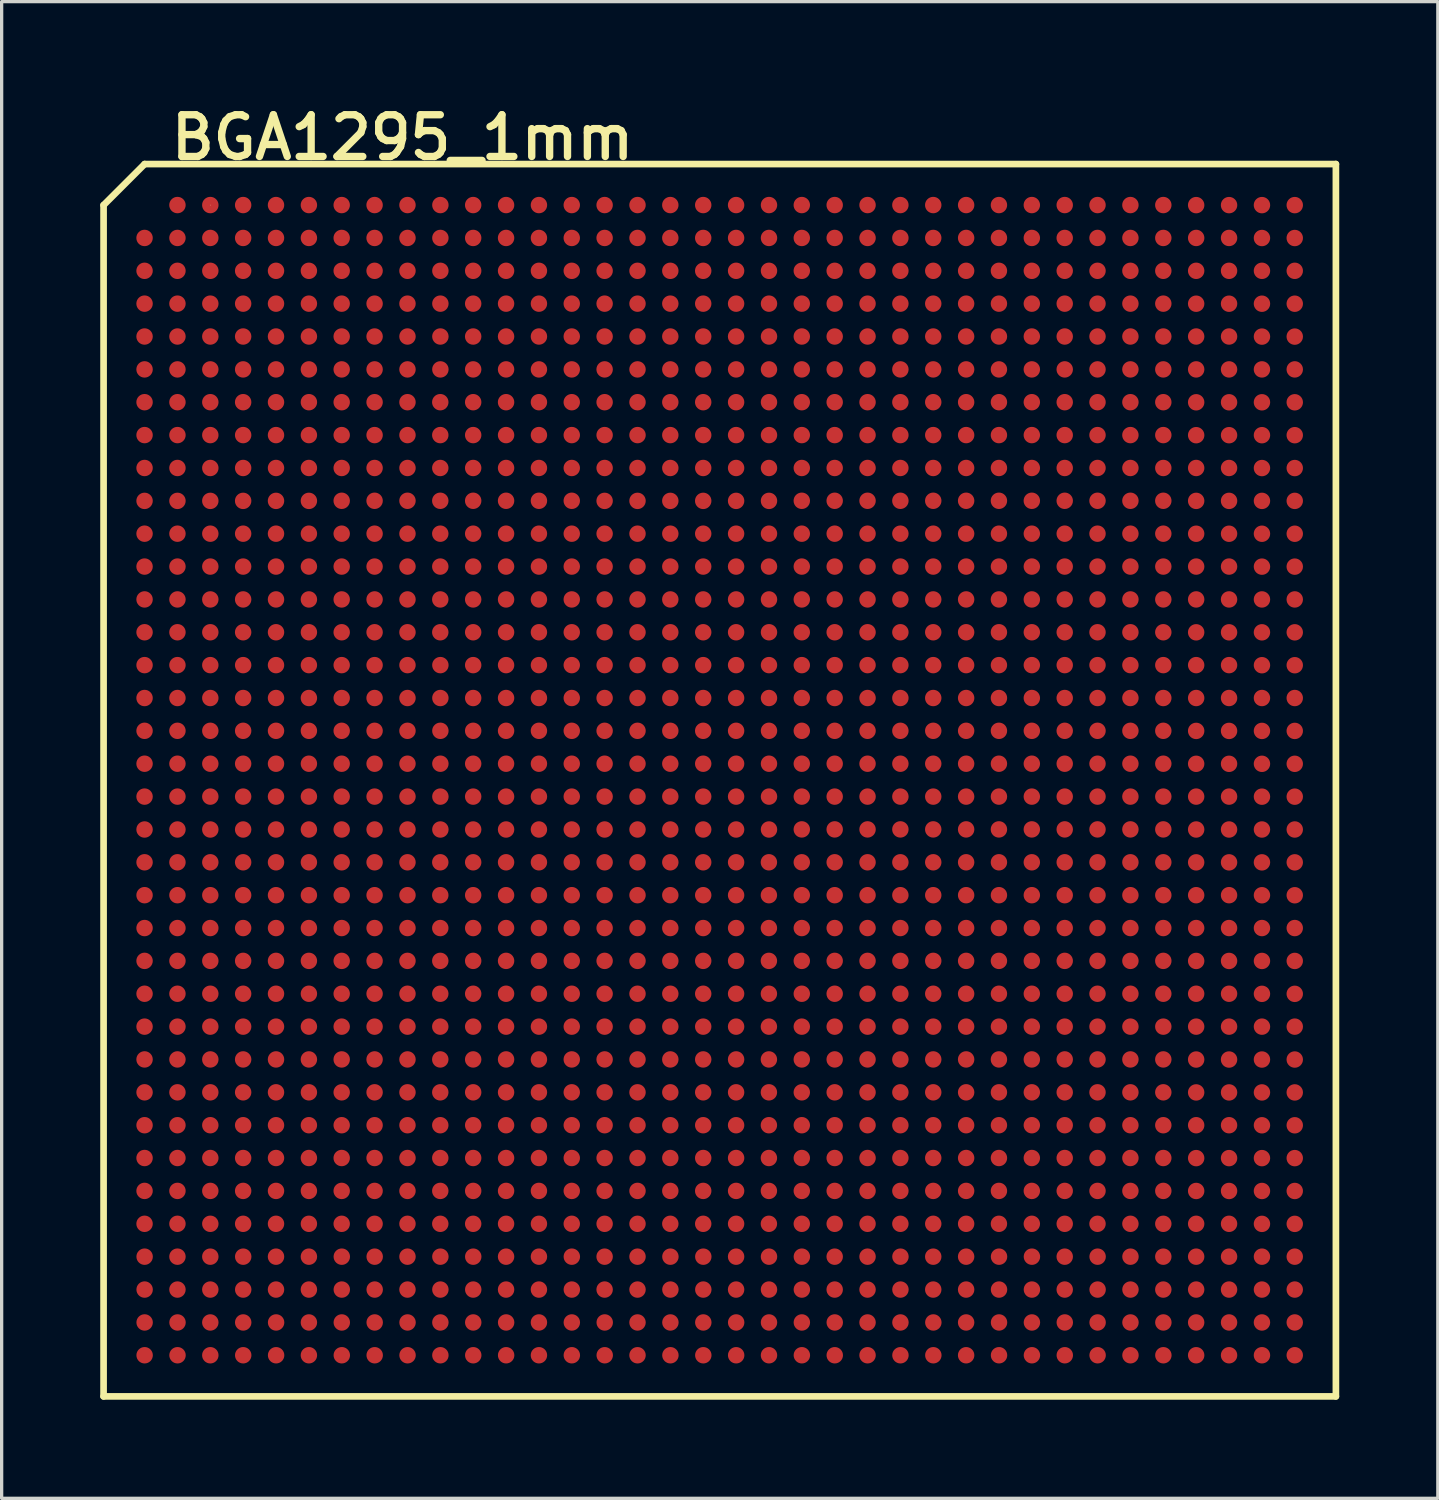
<source format=kicad_pcb>
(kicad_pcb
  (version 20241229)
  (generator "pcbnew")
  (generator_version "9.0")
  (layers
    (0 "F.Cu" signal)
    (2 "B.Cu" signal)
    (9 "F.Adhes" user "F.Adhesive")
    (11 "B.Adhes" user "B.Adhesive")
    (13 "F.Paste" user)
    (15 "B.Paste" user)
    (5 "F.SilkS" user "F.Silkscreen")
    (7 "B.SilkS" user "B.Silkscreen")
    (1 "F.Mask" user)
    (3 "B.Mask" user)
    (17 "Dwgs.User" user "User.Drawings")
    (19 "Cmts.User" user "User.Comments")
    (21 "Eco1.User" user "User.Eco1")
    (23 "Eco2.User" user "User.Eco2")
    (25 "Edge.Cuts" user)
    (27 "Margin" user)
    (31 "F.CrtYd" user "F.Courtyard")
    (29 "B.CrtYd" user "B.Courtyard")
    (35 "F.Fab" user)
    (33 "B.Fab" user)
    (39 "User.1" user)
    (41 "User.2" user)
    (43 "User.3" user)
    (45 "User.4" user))
  (footprint "BGA1295_1mm"
    (layer "F.Cu")
    (at 18.852 20.693)
    (property "Reference" "BGA1295_1mm" (at -9.652 -19.558 0) (layer "F.SilkS") (effects (font (size 1.27 1.27) (thickness 0.224))))
    (attr smd)
    (fp_line (start -18.75 -17.501) (end -17.501 -18.75) (stroke (width 0.203) (type solid)) (layer "F.SilkS"))
    (fp_line (start -18.75 18.75) (end -18.75 -17.501) (stroke (width 0.203) (type solid)) (layer "F.SilkS"))
    (fp_line (start -17.501 -18.75) (end 18.75 -18.75) (stroke (width 0.203) (type solid)) (layer "F.SilkS"))
    (fp_line (start -15.502 -17.503) (end -15.491 -17.503) (stroke (width 0.013) (type solid)) (layer "F.SilkS"))
    (fp_line (start 18.75 -18.75) (end 18.75 18.75) (stroke (width 0.203) (type solid)) (layer "F.SilkS"))
    (fp_line (start 18.75 18.75) (end -18.75 18.75) (stroke (width 0.203) (type solid)) (layer "F.SilkS"))
    (pad "A2" smd circle (at -16.502 -17.503) (size 0.5 0.5) (layers "F.Cu" "F.Mask" "F.Paste"))
    (pad "A3" smd circle (at -15.502 -17.503) (size 0.5 0.5) (layers "F.Cu" "F.Mask" "F.Paste"))
    (pad "A4" smd circle (at -14.503 -17.503) (size 0.5 0.5) (layers "F.Cu" "F.Mask" "F.Paste"))
    (pad "A5" smd circle (at -13.503 -17.503) (size 0.5 0.5) (layers "F.Cu" "F.Mask" "F.Paste"))
    (pad "A6" smd circle (at -12.502 -17.503) (size 0.5 0.5) (layers "F.Cu" "F.Mask" "F.Paste"))
    (pad "A7" smd circle (at -11.504 -17.503) (size 0.5 0.5) (layers "F.Cu" "F.Mask" "F.Paste"))
    (pad "A8" smd circle (at -10.503 -17.503) (size 0.5 0.5) (layers "F.Cu" "F.Mask" "F.Paste"))
    (pad "A9" smd circle (at -9.502 -17.503) (size 0.5 0.5) (layers "F.Cu" "F.Mask" "F.Paste"))
    (pad "A10" smd circle (at -8.501 -17.503) (size 0.5 0.5) (layers "F.Cu" "F.Mask" "F.Paste"))
    (pad "A11" smd circle (at -7.503 -17.503) (size 0.5 0.5) (layers "F.Cu" "F.Mask" "F.Paste"))
    (pad "A12" smd circle (at -6.502 -17.503) (size 0.5 0.5) (layers "F.Cu" "F.Mask" "F.Paste"))
    (pad "A13" smd circle (at -5.502 -17.503) (size 0.5 0.5) (layers "F.Cu" "F.Mask" "F.Paste"))
    (pad "A14" smd circle (at -4.503 -17.503) (size 0.5 0.5) (layers "F.Cu" "F.Mask" "F.Paste"))
    (pad "A15" smd circle (at -3.503 -17.503) (size 0.5 0.5) (layers "F.Cu" "F.Mask" "F.Paste"))
    (pad "A16" smd circle (at -2.502 -17.503) (size 0.5 0.5) (layers "F.Cu" "F.Mask" "F.Paste"))
    (pad "A17" smd circle (at -1.504 -17.503) (size 0.5 0.5) (layers "F.Cu" "F.Mask" "F.Paste"))
    (pad "A18" smd circle (at -0.503 -17.503) (size 0.5 0.5) (layers "F.Cu" "F.Mask" "F.Paste"))
    (pad "A19" smd circle (at 0.498 -17.503) (size 0.5 0.5) (layers "F.Cu" "F.Mask" "F.Paste"))
    (pad "A20" smd circle (at 1.499 -17.503) (size 0.5 0.5) (layers "F.Cu" "F.Mask" "F.Paste"))
    (pad "A21" smd circle (at 2.497 -17.503) (size 0.5 0.5) (layers "F.Cu" "F.Mask" "F.Paste"))
    (pad "A22" smd circle (at 3.498 -17.503) (size 0.5 0.5) (layers "F.Cu" "F.Mask" "F.Paste"))
    (pad "A23" smd circle (at 4.498 -17.503) (size 0.5 0.5) (layers "F.Cu" "F.Mask" "F.Paste"))
    (pad "A24" smd circle (at 5.497 -17.503) (size 0.5 0.5) (layers "F.Cu" "F.Mask" "F.Paste"))
    (pad "A25" smd circle (at 6.497 -17.503) (size 0.5 0.5) (layers "F.Cu" "F.Mask" "F.Paste"))
    (pad "A26" smd circle (at 7.498 -17.503) (size 0.5 0.5) (layers "F.Cu" "F.Mask" "F.Paste"))
    (pad "A27" smd circle (at 8.496 -17.503) (size 0.5 0.5) (layers "F.Cu" "F.Mask" "F.Paste"))
    (pad "A28" smd circle (at 9.497 -17.503) (size 0.5 0.5) (layers "F.Cu" "F.Mask" "F.Paste"))
    (pad "A29" smd circle (at 10.498 -17.503) (size 0.5 0.5) (layers "F.Cu" "F.Mask" "F.Paste"))
    (pad "A30" smd circle (at 11.496 -17.503) (size 0.5 0.5) (layers "F.Cu" "F.Mask" "F.Paste"))
    (pad "A31" smd circle (at 12.497 -17.503) (size 0.5 0.5) (layers "F.Cu" "F.Mask" "F.Paste"))
    (pad "A32" smd circle (at 13.498 -17.503) (size 0.5 0.5) (layers "F.Cu" "F.Mask" "F.Paste"))
    (pad "A33" smd circle (at 14.498 -17.501) (size 0.5 0.5) (layers "F.Cu" "F.Mask" "F.Paste"))
    (pad "A34" smd circle (at 15.499 -17.501) (size 0.5 0.5) (layers "F.Cu" "F.Mask" "F.Paste"))
    (pad "A35" smd circle (at 16.5 -17.501) (size 0.5 0.5) (layers "F.Cu" "F.Mask" "F.Paste"))
    (pad "A36" smd circle (at 17.498 -17.501) (size 0.5 0.5) (layers "F.Cu" "F.Mask" "F.Paste"))
    (pad "AA1" smd circle (at -17.503 2.497) (size 0.5 0.5) (layers "F.Cu" "F.Mask" "F.Paste"))
    (pad "AA2" smd circle (at -16.502 2.497) (size 0.5 0.5) (layers "F.Cu" "F.Mask" "F.Paste"))
    (pad "AA3" smd circle (at -15.502 2.497) (size 0.5 0.5) (layers "F.Cu" "F.Mask" "F.Paste"))
    (pad "AA4" smd circle (at -14.503 2.497) (size 0.5 0.5) (layers "F.Cu" "F.Mask" "F.Paste"))
    (pad "AA5" smd circle (at -13.503 2.497) (size 0.5 0.5) (layers "F.Cu" "F.Mask" "F.Paste"))
    (pad "AA6" smd circle (at -12.502 2.497) (size 0.5 0.5) (layers "F.Cu" "F.Mask" "F.Paste"))
    (pad "AA7" smd circle (at -11.504 2.497) (size 0.5 0.5) (layers "F.Cu" "F.Mask" "F.Paste"))
    (pad "AA8" smd circle (at -10.503 2.497) (size 0.5 0.5) (layers "F.Cu" "F.Mask" "F.Paste"))
    (pad "AA9" smd circle (at -9.502 2.497) (size 0.5 0.5) (layers "F.Cu" "F.Mask" "F.Paste"))
    (pad "AA10" smd circle (at -8.504 2.497) (size 0.5 0.5) (layers "F.Cu" "F.Mask" "F.Paste"))
    (pad "AA11" smd circle (at -7.503 2.497) (size 0.5 0.5) (layers "F.Cu" "F.Mask" "F.Paste"))
    (pad "AA12" smd circle (at -6.502 2.497) (size 0.5 0.5) (layers "F.Cu" "F.Mask" "F.Paste"))
    (pad "AA13" smd circle (at -5.502 2.497) (size 0.5 0.5) (layers "F.Cu" "F.Mask" "F.Paste"))
    (pad "AA14" smd circle (at -4.503 2.497) (size 0.5 0.5) (layers "F.Cu" "F.Mask" "F.Paste"))
    (pad "AA15" smd circle (at -3.503 2.497) (size 0.5 0.5) (layers "F.Cu" "F.Mask" "F.Paste"))
    (pad "AA16" smd circle (at -2.502 2.497) (size 0.5 0.5) (layers "F.Cu" "F.Mask" "F.Paste"))
    (pad "AA17" smd circle (at -1.504 2.497) (size 0.5 0.5) (layers "F.Cu" "F.Mask" "F.Paste"))
    (pad "AA18" smd circle (at -0.503 2.497) (size 0.5 0.5) (layers "F.Cu" "F.Mask" "F.Paste"))
    (pad "AA19" smd circle (at 0.498 2.497) (size 0.5 0.5) (layers "F.Cu" "F.Mask" "F.Paste"))
    (pad "AA20" smd circle (at 1.496 2.497) (size 0.5 0.5) (layers "F.Cu" "F.Mask" "F.Paste"))
    (pad "AA21" smd circle (at 2.497 2.497) (size 0.5 0.5) (layers "F.Cu" "F.Mask" "F.Paste"))
    (pad "AA22" smd circle (at 3.498 2.497) (size 0.5 0.5) (layers "F.Cu" "F.Mask" "F.Paste"))
    (pad "AA23" smd circle (at 4.498 2.497) (size 0.5 0.5) (layers "F.Cu" "F.Mask" "F.Paste"))
    (pad "AA24" smd circle (at 5.497 2.497) (size 0.5 0.5) (layers "F.Cu" "F.Mask" "F.Paste"))
    (pad "AA25" smd circle (at 6.497 2.497) (size 0.5 0.5) (layers "F.Cu" "F.Mask" "F.Paste"))
    (pad "AA26" smd circle (at 7.498 2.497) (size 0.5 0.5) (layers "F.Cu" "F.Mask" "F.Paste"))
    (pad "AA27" smd circle (at 8.496 2.497) (size 0.5 0.5) (layers "F.Cu" "F.Mask" "F.Paste"))
    (pad "AA28" smd circle (at 9.497 2.497) (size 0.5 0.5) (layers "F.Cu" "F.Mask" "F.Paste"))
    (pad "AA29" smd circle (at 10.498 2.497) (size 0.5 0.5) (layers "F.Cu" "F.Mask" "F.Paste"))
    (pad "AA30" smd circle (at 11.496 2.497) (size 0.5 0.5) (layers "F.Cu" "F.Mask" "F.Paste"))
    (pad "AA31" smd circle (at 12.497 2.497) (size 0.5 0.5) (layers "F.Cu" "F.Mask" "F.Paste"))
    (pad "AA32" smd circle (at 13.498 2.497) (size 0.5 0.5) (layers "F.Cu" "F.Mask" "F.Paste"))
    (pad "AA33" smd circle (at 14.498 2.499) (size 0.5 0.5) (layers "F.Cu" "F.Mask" "F.Paste"))
    (pad "AA34" smd circle (at 15.499 2.499) (size 0.5 0.5) (layers "F.Cu" "F.Mask" "F.Paste"))
    (pad "AA35" smd circle (at 16.5 2.499) (size 0.5 0.5) (layers "F.Cu" "F.Mask" "F.Paste"))
    (pad "AA36" smd circle (at 17.498 2.499) (size 0.5 0.5) (layers "F.Cu" "F.Mask" "F.Paste"))
    (pad "AB1" smd circle (at -17.503 3.498) (size 0.5 0.5) (layers "F.Cu" "F.Mask" "F.Paste"))
    (pad "AB2" smd circle (at -16.502 3.498) (size 0.5 0.5) (layers "F.Cu" "F.Mask" "F.Paste"))
    (pad "AB3" smd circle (at -15.502 3.498) (size 0.5 0.5) (layers "F.Cu" "F.Mask" "F.Paste"))
    (pad "AB4" smd circle (at -14.503 3.498) (size 0.5 0.5) (layers "F.Cu" "F.Mask" "F.Paste"))
    (pad "AB5" smd circle (at -13.503 3.498) (size 0.5 0.5) (layers "F.Cu" "F.Mask" "F.Paste"))
    (pad "AB6" smd circle (at -12.502 3.498) (size 0.5 0.5) (layers "F.Cu" "F.Mask" "F.Paste"))
    (pad "AB7" smd circle (at -11.504 3.498) (size 0.5 0.5) (layers "F.Cu" "F.Mask" "F.Paste"))
    (pad "AB8" smd circle (at -10.503 3.498) (size 0.5 0.5) (layers "F.Cu" "F.Mask" "F.Paste"))
    (pad "AB9" smd circle (at -9.502 3.498) (size 0.5 0.5) (layers "F.Cu" "F.Mask" "F.Paste"))
    (pad "AB10" smd circle (at -8.504 3.498) (size 0.5 0.5) (layers "F.Cu" "F.Mask" "F.Paste"))
    (pad "AB11" smd circle (at -7.503 3.498) (size 0.5 0.5) (layers "F.Cu" "F.Mask" "F.Paste"))
    (pad "AB12" smd circle (at -6.502 3.498) (size 0.5 0.5) (layers "F.Cu" "F.Mask" "F.Paste"))
    (pad "AB13" smd circle (at -5.502 3.498) (size 0.5 0.5) (layers "F.Cu" "F.Mask" "F.Paste"))
    (pad "AB14" smd circle (at -4.503 3.498) (size 0.5 0.5) (layers "F.Cu" "F.Mask" "F.Paste"))
    (pad "AB15" smd circle (at -3.503 3.498) (size 0.5 0.5) (layers "F.Cu" "F.Mask" "F.Paste"))
    (pad "AB16" smd circle (at -2.502 3.498) (size 0.5 0.5) (layers "F.Cu" "F.Mask" "F.Paste"))
    (pad "AB17" smd circle (at -1.504 3.498) (size 0.5 0.5) (layers "F.Cu" "F.Mask" "F.Paste"))
    (pad "AB18" smd circle (at -0.503 3.498) (size 0.5 0.5) (layers "F.Cu" "F.Mask" "F.Paste"))
    (pad "AB19" smd circle (at 0.498 3.498) (size 0.5 0.5) (layers "F.Cu" "F.Mask" "F.Paste"))
    (pad "AB20" smd circle (at 1.496 3.498) (size 0.5 0.5) (layers "F.Cu" "F.Mask" "F.Paste"))
    (pad "AB21" smd circle (at 2.497 3.498) (size 0.5 0.5) (layers "F.Cu" "F.Mask" "F.Paste"))
    (pad "AB22" smd circle (at 3.498 3.498) (size 0.5 0.5) (layers "F.Cu" "F.Mask" "F.Paste"))
    (pad "AB23" smd circle (at 4.498 3.498) (size 0.5 0.5) (layers "F.Cu" "F.Mask" "F.Paste"))
    (pad "AB24" smd circle (at 5.497 3.498) (size 0.5 0.5) (layers "F.Cu" "F.Mask" "F.Paste"))
    (pad "AB25" smd circle (at 6.497 3.498) (size 0.5 0.5) (layers "F.Cu" "F.Mask" "F.Paste"))
    (pad "AB26" smd circle (at 7.498 3.498) (size 0.5 0.5) (layers "F.Cu" "F.Mask" "F.Paste"))
    (pad "AB27" smd circle (at 8.496 3.498) (size 0.5 0.5) (layers "F.Cu" "F.Mask" "F.Paste"))
    (pad "AB28" smd circle (at 9.497 3.498) (size 0.5 0.5) (layers "F.Cu" "F.Mask" "F.Paste"))
    (pad "AB29" smd circle (at 10.498 3.498) (size 0.5 0.5) (layers "F.Cu" "F.Mask" "F.Paste"))
    (pad "AB30" smd circle (at 11.496 3.498) (size 0.5 0.5) (layers "F.Cu" "F.Mask" "F.Paste"))
    (pad "AB31" smd circle (at 12.497 3.498) (size 0.5 0.5) (layers "F.Cu" "F.Mask" "F.Paste"))
    (pad "AB32" smd circle (at 13.498 3.498) (size 0.5 0.5) (layers "F.Cu" "F.Mask" "F.Paste"))
    (pad "AB33" smd circle (at 14.498 3.498) (size 0.5 0.5) (layers "F.Cu" "F.Mask" "F.Paste"))
    (pad "AB34" smd circle (at 15.499 3.498) (size 0.5 0.5) (layers "F.Cu" "F.Mask" "F.Paste"))
    (pad "AB35" smd circle (at 16.5 3.5) (size 0.5 0.5) (layers "F.Cu" "F.Mask" "F.Paste"))
    (pad "AB36" smd circle (at 17.498 3.5) (size 0.5 0.5) (layers "F.Cu" "F.Mask" "F.Paste"))
    (pad "AC1" smd circle (at -17.503 4.498) (size 0.5 0.5) (layers "F.Cu" "F.Mask" "F.Paste"))
    (pad "AC2" smd circle (at -16.502 4.498) (size 0.5 0.5) (layers "F.Cu" "F.Mask" "F.Paste"))
    (pad "AC3" smd circle (at -15.502 4.498) (size 0.5 0.5) (layers "F.Cu" "F.Mask" "F.Paste"))
    (pad "AC4" smd circle (at -14.503 4.498) (size 0.5 0.5) (layers "F.Cu" "F.Mask" "F.Paste"))
    (pad "AC5" smd circle (at -13.503 4.498) (size 0.5 0.5) (layers "F.Cu" "F.Mask" "F.Paste"))
    (pad "AC6" smd circle (at -12.502 4.498) (size 0.5 0.5) (layers "F.Cu" "F.Mask" "F.Paste"))
    (pad "AC7" smd circle (at -11.504 4.498) (size 0.5 0.5) (layers "F.Cu" "F.Mask" "F.Paste"))
    (pad "AC8" smd circle (at -10.503 4.498) (size 0.5 0.5) (layers "F.Cu" "F.Mask" "F.Paste"))
    (pad "AC9" smd circle (at -9.502 4.498) (size 0.5 0.5) (layers "F.Cu" "F.Mask" "F.Paste"))
    (pad "AC10" smd circle (at -8.504 4.498) (size 0.5 0.5) (layers "F.Cu" "F.Mask" "F.Paste"))
    (pad "AC11" smd circle (at -7.503 4.498) (size 0.5 0.5) (layers "F.Cu" "F.Mask" "F.Paste"))
    (pad "AC12" smd circle (at -6.502 4.498) (size 0.5 0.5) (layers "F.Cu" "F.Mask" "F.Paste"))
    (pad "AC13" smd circle (at -5.502 4.498) (size 0.5 0.5) (layers "F.Cu" "F.Mask" "F.Paste"))
    (pad "AC14" smd circle (at -4.503 4.498) (size 0.5 0.5) (layers "F.Cu" "F.Mask" "F.Paste"))
    (pad "AC15" smd circle (at -3.503 4.498) (size 0.5 0.5) (layers "F.Cu" "F.Mask" "F.Paste"))
    (pad "AC16" smd circle (at -2.502 4.498) (size 0.5 0.5) (layers "F.Cu" "F.Mask" "F.Paste"))
    (pad "AC17" smd circle (at -1.504 4.498) (size 0.5 0.5) (layers "F.Cu" "F.Mask" "F.Paste"))
    (pad "AC18" smd circle (at -0.503 4.498) (size 0.5 0.5) (layers "F.Cu" "F.Mask" "F.Paste"))
    (pad "AC19" smd circle (at 0.498 4.498) (size 0.5 0.5) (layers "F.Cu" "F.Mask" "F.Paste"))
    (pad "AC20" smd circle (at 1.496 4.498) (size 0.5 0.5) (layers "F.Cu" "F.Mask" "F.Paste"))
    (pad "AC21" smd circle (at 2.497 4.498) (size 0.5 0.5) (layers "F.Cu" "F.Mask" "F.Paste"))
    (pad "AC22" smd circle (at 3.498 4.498) (size 0.5 0.5) (layers "F.Cu" "F.Mask" "F.Paste"))
    (pad "AC23" smd circle (at 4.498 4.498) (size 0.5 0.5) (layers "F.Cu" "F.Mask" "F.Paste"))
    (pad "AC24" smd circle (at 5.497 4.498) (size 0.5 0.5) (layers "F.Cu" "F.Mask" "F.Paste"))
    (pad "AC25" smd circle (at 6.497 4.498) (size 0.5 0.5) (layers "F.Cu" "F.Mask" "F.Paste"))
    (pad "AC26" smd circle (at 7.498 4.498) (size 0.5 0.5) (layers "F.Cu" "F.Mask" "F.Paste"))
    (pad "AC27" smd circle (at 8.496 4.498) (size 0.5 0.5) (layers "F.Cu" "F.Mask" "F.Paste"))
    (pad "AC28" smd circle (at 9.497 4.498) (size 0.5 0.5) (layers "F.Cu" "F.Mask" "F.Paste"))
    (pad "AC29" smd circle (at 10.498 4.498) (size 0.5 0.5) (layers "F.Cu" "F.Mask" "F.Paste"))
    (pad "AC30" smd circle (at 11.496 4.498) (size 0.5 0.5) (layers "F.Cu" "F.Mask" "F.Paste"))
    (pad "AC31" smd circle (at 12.497 4.498) (size 0.5 0.5) (layers "F.Cu" "F.Mask" "F.Paste"))
    (pad "AC32" smd circle (at 13.498 4.498) (size 0.5 0.5) (layers "F.Cu" "F.Mask" "F.Paste"))
    (pad "AC33" smd circle (at 14.498 4.498) (size 0.5 0.5) (layers "F.Cu" "F.Mask" "F.Paste"))
    (pad "AC34" smd circle (at 15.499 4.498) (size 0.5 0.5) (layers "F.Cu" "F.Mask" "F.Paste"))
    (pad "AC35" smd circle (at 16.5 4.498) (size 0.5 0.5) (layers "F.Cu" "F.Mask" "F.Paste"))
    (pad "AC36" smd circle (at 17.498 4.498) (size 0.5 0.5) (layers "F.Cu" "F.Mask" "F.Paste"))
    (pad "AD1" smd circle (at -17.503 5.497) (size 0.5 0.5) (layers "F.Cu" "F.Mask" "F.Paste"))
    (pad "AD2" smd circle (at -16.502 5.497) (size 0.5 0.5) (layers "F.Cu" "F.Mask" "F.Paste"))
    (pad "AD3" smd circle (at -15.502 5.497) (size 0.5 0.5) (layers "F.Cu" "F.Mask" "F.Paste"))
    (pad "AD4" smd circle (at -14.503 5.497) (size 0.5 0.5) (layers "F.Cu" "F.Mask" "F.Paste"))
    (pad "AD5" smd circle (at -13.503 5.497) (size 0.5 0.5) (layers "F.Cu" "F.Mask" "F.Paste"))
    (pad "AD6" smd circle (at -12.502 5.497) (size 0.5 0.5) (layers "F.Cu" "F.Mask" "F.Paste"))
    (pad "AD7" smd circle (at -11.504 5.497) (size 0.5 0.5) (layers "F.Cu" "F.Mask" "F.Paste"))
    (pad "AD8" smd circle (at -10.503 5.497) (size 0.5 0.5) (layers "F.Cu" "F.Mask" "F.Paste"))
    (pad "AD9" smd circle (at -9.502 5.497) (size 0.5 0.5) (layers "F.Cu" "F.Mask" "F.Paste"))
    (pad "AD10" smd circle (at -8.504 5.497) (size 0.5 0.5) (layers "F.Cu" "F.Mask" "F.Paste"))
    (pad "AD11" smd circle (at -7.503 5.497) (size 0.5 0.5) (layers "F.Cu" "F.Mask" "F.Paste"))
    (pad "AD12" smd circle (at -6.502 5.497) (size 0.5 0.5) (layers "F.Cu" "F.Mask" "F.Paste"))
    (pad "AD13" smd circle (at -5.502 5.497) (size 0.5 0.5) (layers "F.Cu" "F.Mask" "F.Paste"))
    (pad "AD14" smd circle (at -4.503 5.497) (size 0.5 0.5) (layers "F.Cu" "F.Mask" "F.Paste"))
    (pad "AD15" smd circle (at -3.503 5.497) (size 0.5 0.5) (layers "F.Cu" "F.Mask" "F.Paste"))
    (pad "AD16" smd circle (at -2.502 5.497) (size 0.5 0.5) (layers "F.Cu" "F.Mask" "F.Paste"))
    (pad "AD17" smd circle (at -1.504 5.497) (size 0.5 0.5) (layers "F.Cu" "F.Mask" "F.Paste"))
    (pad "AD18" smd circle (at -0.503 5.497) (size 0.5 0.5) (layers "F.Cu" "F.Mask" "F.Paste"))
    (pad "AD19" smd circle (at 0.498 5.497) (size 0.5 0.5) (layers "F.Cu" "F.Mask" "F.Paste"))
    (pad "AD20" smd circle (at 1.496 5.497) (size 0.5 0.5) (layers "F.Cu" "F.Mask" "F.Paste"))
    (pad "AD21" smd circle (at 2.497 5.497) (size 0.5 0.5) (layers "F.Cu" "F.Mask" "F.Paste"))
    (pad "AD22" smd circle (at 3.498 5.497) (size 0.5 0.5) (layers "F.Cu" "F.Mask" "F.Paste"))
    (pad "AD23" smd circle (at 4.498 5.497) (size 0.5 0.5) (layers "F.Cu" "F.Mask" "F.Paste"))
    (pad "AD24" smd circle (at 5.497 5.497) (size 0.5 0.5) (layers "F.Cu" "F.Mask" "F.Paste"))
    (pad "AD25" smd circle (at 6.497 5.497) (size 0.5 0.5) (layers "F.Cu" "F.Mask" "F.Paste"))
    (pad "AD26" smd circle (at 7.498 5.497) (size 0.5 0.5) (layers "F.Cu" "F.Mask" "F.Paste"))
    (pad "AD27" smd circle (at 8.496 5.497) (size 0.5 0.5) (layers "F.Cu" "F.Mask" "F.Paste"))
    (pad "AD28" smd circle (at 9.497 5.497) (size 0.5 0.5) (layers "F.Cu" "F.Mask" "F.Paste"))
    (pad "AD29" smd circle (at 10.498 5.497) (size 0.5 0.5) (layers "F.Cu" "F.Mask" "F.Paste"))
    (pad "AD30" smd circle (at 11.496 5.497) (size 0.5 0.5) (layers "F.Cu" "F.Mask" "F.Paste"))
    (pad "AD31" smd circle (at 12.497 5.497) (size 0.5 0.5) (layers "F.Cu" "F.Mask" "F.Paste"))
    (pad "AD32" smd circle (at 13.498 5.497) (size 0.5 0.5) (layers "F.Cu" "F.Mask" "F.Paste"))
    (pad "AD33" smd circle (at 14.498 5.499) (size 0.5 0.5) (layers "F.Cu" "F.Mask" "F.Paste"))
    (pad "AD34" smd circle (at 15.499 5.499) (size 0.5 0.5) (layers "F.Cu" "F.Mask" "F.Paste"))
    (pad "AD35" smd circle (at 16.5 5.499) (size 0.5 0.5) (layers "F.Cu" "F.Mask" "F.Paste"))
    (pad "AD36" smd circle (at 17.498 5.499) (size 0.5 0.5) (layers "F.Cu" "F.Mask" "F.Paste"))
    (pad "AE1" smd circle (at -17.503 6.497) (size 0.5 0.5) (layers "F.Cu" "F.Mask" "F.Paste"))
    (pad "AE2" smd circle (at -16.502 6.497) (size 0.5 0.5) (layers "F.Cu" "F.Mask" "F.Paste"))
    (pad "AE3" smd circle (at -15.502 6.497) (size 0.5 0.5) (layers "F.Cu" "F.Mask" "F.Paste"))
    (pad "AE4" smd circle (at -14.503 6.497) (size 0.5 0.5) (layers "F.Cu" "F.Mask" "F.Paste"))
    (pad "AE5" smd circle (at -13.503 6.497) (size 0.5 0.5) (layers "F.Cu" "F.Mask" "F.Paste"))
    (pad "AE6" smd circle (at -12.502 6.497) (size 0.5 0.5) (layers "F.Cu" "F.Mask" "F.Paste"))
    (pad "AE7" smd circle (at -11.504 6.497) (size 0.5 0.5) (layers "F.Cu" "F.Mask" "F.Paste"))
    (pad "AE8" smd circle (at -10.503 6.497) (size 0.5 0.5) (layers "F.Cu" "F.Mask" "F.Paste"))
    (pad "AE9" smd circle (at -9.502 6.497) (size 0.5 0.5) (layers "F.Cu" "F.Mask" "F.Paste"))
    (pad "AE10" smd circle (at -8.504 6.497) (size 0.5 0.5) (layers "F.Cu" "F.Mask" "F.Paste"))
    (pad "AE11" smd circle (at -7.503 6.497) (size 0.5 0.5) (layers "F.Cu" "F.Mask" "F.Paste"))
    (pad "AE12" smd circle (at -6.502 6.497) (size 0.5 0.5) (layers "F.Cu" "F.Mask" "F.Paste"))
    (pad "AE13" smd circle (at -5.502 6.497) (size 0.5 0.5) (layers "F.Cu" "F.Mask" "F.Paste"))
    (pad "AE14" smd circle (at -4.503 6.497) (size 0.5 0.5) (layers "F.Cu" "F.Mask" "F.Paste"))
    (pad "AE15" smd circle (at -3.503 6.497) (size 0.5 0.5) (layers "F.Cu" "F.Mask" "F.Paste"))
    (pad "AE16" smd circle (at -2.502 6.497) (size 0.5 0.5) (layers "F.Cu" "F.Mask" "F.Paste"))
    (pad "AE17" smd circle (at -1.504 6.497) (size 0.5 0.5) (layers "F.Cu" "F.Mask" "F.Paste"))
    (pad "AE18" smd circle (at -0.503 6.497) (size 0.5 0.5) (layers "F.Cu" "F.Mask" "F.Paste"))
    (pad "AE19" smd circle (at 0.498 6.497) (size 0.5 0.5) (layers "F.Cu" "F.Mask" "F.Paste"))
    (pad "AE20" smd circle (at 1.496 6.497) (size 0.5 0.5) (layers "F.Cu" "F.Mask" "F.Paste"))
    (pad "AE21" smd circle (at 2.497 6.497) (size 0.5 0.5) (layers "F.Cu" "F.Mask" "F.Paste"))
    (pad "AE22" smd circle (at 3.498 6.497) (size 0.5 0.5) (layers "F.Cu" "F.Mask" "F.Paste"))
    (pad "AE23" smd circle (at 4.498 6.497) (size 0.5 0.5) (layers "F.Cu" "F.Mask" "F.Paste"))
    (pad "AE24" smd circle (at 5.497 6.497) (size 0.5 0.5) (layers "F.Cu" "F.Mask" "F.Paste"))
    (pad "AE25" smd circle (at 6.497 6.497) (size 0.5 0.5) (layers "F.Cu" "F.Mask" "F.Paste"))
    (pad "AE26" smd circle (at 7.498 6.497) (size 0.5 0.5) (layers "F.Cu" "F.Mask" "F.Paste"))
    (pad "AE27" smd circle (at 8.496 6.497) (size 0.5 0.5) (layers "F.Cu" "F.Mask" "F.Paste"))
    (pad "AE28" smd circle (at 9.497 6.497) (size 0.5 0.5) (layers "F.Cu" "F.Mask" "F.Paste"))
    (pad "AE29" smd circle (at 10.498 6.497) (size 0.5 0.5) (layers "F.Cu" "F.Mask" "F.Paste"))
    (pad "AE30" smd circle (at 11.496 6.497) (size 0.5 0.5) (layers "F.Cu" "F.Mask" "F.Paste"))
    (pad "AE31" smd circle (at 12.497 6.497) (size 0.5 0.5) (layers "F.Cu" "F.Mask" "F.Paste"))
    (pad "AE32" smd circle (at 13.498 6.497) (size 0.5 0.5) (layers "F.Cu" "F.Mask" "F.Paste"))
    (pad "AE33" smd circle (at 14.498 6.497) (size 0.5 0.5) (layers "F.Cu" "F.Mask" "F.Paste"))
    (pad "AE34" smd circle (at 15.499 6.497) (size 0.5 0.5) (layers "F.Cu" "F.Mask" "F.Paste"))
    (pad "AE35" smd circle (at 16.5 6.5) (size 0.5 0.5) (layers "F.Cu" "F.Mask" "F.Paste"))
    (pad "AE36" smd circle (at 17.498 6.5) (size 0.5 0.5) (layers "F.Cu" "F.Mask" "F.Paste"))
    (pad "AF1" smd circle (at -17.503 7.498) (size 0.5 0.5) (layers "F.Cu" "F.Mask" "F.Paste"))
    (pad "AF2" smd circle (at -16.502 7.498) (size 0.5 0.5) (layers "F.Cu" "F.Mask" "F.Paste"))
    (pad "AF3" smd circle (at -15.502 7.498) (size 0.5 0.5) (layers "F.Cu" "F.Mask" "F.Paste"))
    (pad "AF4" smd circle (at -14.503 7.498) (size 0.5 0.5) (layers "F.Cu" "F.Mask" "F.Paste"))
    (pad "AF5" smd circle (at -13.503 7.498) (size 0.5 0.5) (layers "F.Cu" "F.Mask" "F.Paste"))
    (pad "AF6" smd circle (at -12.502 7.498) (size 0.5 0.5) (layers "F.Cu" "F.Mask" "F.Paste"))
    (pad "AF7" smd circle (at -11.504 7.498) (size 0.5 0.5) (layers "F.Cu" "F.Mask" "F.Paste"))
    (pad "AF8" smd circle (at -10.503 7.498) (size 0.5 0.5) (layers "F.Cu" "F.Mask" "F.Paste"))
    (pad "AF9" smd circle (at -9.502 7.498) (size 0.5 0.5) (layers "F.Cu" "F.Mask" "F.Paste"))
    (pad "AF10" smd circle (at -8.504 7.498) (size 0.5 0.5) (layers "F.Cu" "F.Mask" "F.Paste"))
    (pad "AF11" smd circle (at -7.503 7.498) (size 0.5 0.5) (layers "F.Cu" "F.Mask" "F.Paste"))
    (pad "AF12" smd circle (at -6.502 7.498) (size 0.5 0.5) (layers "F.Cu" "F.Mask" "F.Paste"))
    (pad "AF13" smd circle (at -5.502 7.498) (size 0.5 0.5) (layers "F.Cu" "F.Mask" "F.Paste"))
    (pad "AF14" smd circle (at -4.503 7.498) (size 0.5 0.5) (layers "F.Cu" "F.Mask" "F.Paste"))
    (pad "AF15" smd circle (at -3.503 7.498) (size 0.5 0.5) (layers "F.Cu" "F.Mask" "F.Paste"))
    (pad "AF16" smd circle (at -2.502 7.498) (size 0.5 0.5) (layers "F.Cu" "F.Mask" "F.Paste"))
    (pad "AF17" smd circle (at -1.504 7.498) (size 0.5 0.5) (layers "F.Cu" "F.Mask" "F.Paste"))
    (pad "AF18" smd circle (at -0.503 7.498) (size 0.5 0.5) (layers "F.Cu" "F.Mask" "F.Paste"))
    (pad "AF19" smd circle (at 0.498 7.498) (size 0.5 0.5) (layers "F.Cu" "F.Mask" "F.Paste"))
    (pad "AF20" smd circle (at 1.496 7.498) (size 0.5 0.5) (layers "F.Cu" "F.Mask" "F.Paste"))
    (pad "AF21" smd circle (at 2.497 7.498) (size 0.5 0.5) (layers "F.Cu" "F.Mask" "F.Paste"))
    (pad "AF22" smd circle (at 3.498 7.498) (size 0.5 0.5) (layers "F.Cu" "F.Mask" "F.Paste"))
    (pad "AF23" smd circle (at 4.498 7.498) (size 0.5 0.5) (layers "F.Cu" "F.Mask" "F.Paste"))
    (pad "AF24" smd circle (at 5.497 7.498) (size 0.5 0.5) (layers "F.Cu" "F.Mask" "F.Paste"))
    (pad "AF25" smd circle (at 6.497 7.498) (size 0.5 0.5) (layers "F.Cu" "F.Mask" "F.Paste"))
    (pad "AF26" smd circle (at 7.498 7.498) (size 0.5 0.5) (layers "F.Cu" "F.Mask" "F.Paste"))
    (pad "AF27" smd circle (at 8.496 7.498) (size 0.5 0.5) (layers "F.Cu" "F.Mask" "F.Paste"))
    (pad "AF28" smd circle (at 9.497 7.498) (size 0.5 0.5) (layers "F.Cu" "F.Mask" "F.Paste"))
    (pad "AF29" smd circle (at 10.498 7.498) (size 0.5 0.5) (layers "F.Cu" "F.Mask" "F.Paste"))
    (pad "AF30" smd circle (at 11.496 7.498) (size 0.5 0.5) (layers "F.Cu" "F.Mask" "F.Paste"))
    (pad "AF31" smd circle (at 12.497 7.498) (size 0.5 0.5) (layers "F.Cu" "F.Mask" "F.Paste"))
    (pad "AF32" smd circle (at 13.498 7.498) (size 0.5 0.5) (layers "F.Cu" "F.Mask" "F.Paste"))
    (pad "AF33" smd circle (at 14.498 7.498) (size 0.5 0.5) (layers "F.Cu" "F.Mask" "F.Paste"))
    (pad "AF34" smd circle (at 15.499 7.498) (size 0.5 0.5) (layers "F.Cu" "F.Mask" "F.Paste"))
    (pad "AF35" smd circle (at 16.5 7.498) (size 0.5 0.5) (layers "F.Cu" "F.Mask" "F.Paste"))
    (pad "AF36" smd circle (at 17.498 7.498) (size 0.5 0.5) (layers "F.Cu" "F.Mask" "F.Paste"))
    (pad "AG1" smd circle (at -17.503 8.496) (size 0.5 0.5) (layers "F.Cu" "F.Mask" "F.Paste"))
    (pad "AG2" smd circle (at -16.502 8.496) (size 0.5 0.5) (layers "F.Cu" "F.Mask" "F.Paste"))
    (pad "AG3" smd circle (at -15.502 8.496) (size 0.5 0.5) (layers "F.Cu" "F.Mask" "F.Paste"))
    (pad "AG4" smd circle (at -14.503 8.496) (size 0.5 0.5) (layers "F.Cu" "F.Mask" "F.Paste"))
    (pad "AG5" smd circle (at -13.503 8.496) (size 0.5 0.5) (layers "F.Cu" "F.Mask" "F.Paste"))
    (pad "AG6" smd circle (at -12.502 8.496) (size 0.5 0.5) (layers "F.Cu" "F.Mask" "F.Paste"))
    (pad "AG7" smd circle (at -11.504 8.496) (size 0.5 0.5) (layers "F.Cu" "F.Mask" "F.Paste"))
    (pad "AG8" smd circle (at -10.503 8.496) (size 0.5 0.5) (layers "F.Cu" "F.Mask" "F.Paste"))
    (pad "AG9" smd circle (at -9.502 8.496) (size 0.5 0.5) (layers "F.Cu" "F.Mask" "F.Paste"))
    (pad "AG10" smd circle (at -8.504 8.496) (size 0.5 0.5) (layers "F.Cu" "F.Mask" "F.Paste"))
    (pad "AG11" smd circle (at -7.503 8.496) (size 0.5 0.5) (layers "F.Cu" "F.Mask" "F.Paste"))
    (pad "AG12" smd circle (at -6.502 8.496) (size 0.5 0.5) (layers "F.Cu" "F.Mask" "F.Paste"))
    (pad "AG13" smd circle (at -5.502 8.496) (size 0.5 0.5) (layers "F.Cu" "F.Mask" "F.Paste"))
    (pad "AG14" smd circle (at -4.503 8.496) (size 0.5 0.5) (layers "F.Cu" "F.Mask" "F.Paste"))
    (pad "AG15" smd circle (at -3.503 8.496) (size 0.5 0.5) (layers "F.Cu" "F.Mask" "F.Paste"))
    (pad "AG16" smd circle (at -2.502 8.496) (size 0.5 0.5) (layers "F.Cu" "F.Mask" "F.Paste"))
    (pad "AG17" smd circle (at -1.504 8.496) (size 0.5 0.5) (layers "F.Cu" "F.Mask" "F.Paste"))
    (pad "AG18" smd circle (at -0.503 8.496) (size 0.5 0.5) (layers "F.Cu" "F.Mask" "F.Paste"))
    (pad "AG19" smd circle (at 0.498 8.496) (size 0.5 0.5) (layers "F.Cu" "F.Mask" "F.Paste"))
    (pad "AG20" smd circle (at 1.496 8.496) (size 0.5 0.5) (layers "F.Cu" "F.Mask" "F.Paste"))
    (pad "AG21" smd circle (at 2.497 8.496) (size 0.5 0.5) (layers "F.Cu" "F.Mask" "F.Paste"))
    (pad "AG22" smd circle (at 3.498 8.496) (size 0.5 0.5) (layers "F.Cu" "F.Mask" "F.Paste"))
    (pad "AG23" smd circle (at 4.498 8.496) (size 0.5 0.5) (layers "F.Cu" "F.Mask" "F.Paste"))
    (pad "AG24" smd circle (at 5.497 8.496) (size 0.5 0.5) (layers "F.Cu" "F.Mask" "F.Paste"))
    (pad "AG25" smd circle (at 6.497 8.496) (size 0.5 0.5) (layers "F.Cu" "F.Mask" "F.Paste"))
    (pad "AG26" smd circle (at 7.498 8.496) (size 0.5 0.5) (layers "F.Cu" "F.Mask" "F.Paste"))
    (pad "AG27" smd circle (at 8.496 8.496) (size 0.5 0.5) (layers "F.Cu" "F.Mask" "F.Paste"))
    (pad "AG28" smd circle (at 9.497 8.496) (size 0.5 0.5) (layers "F.Cu" "F.Mask" "F.Paste"))
    (pad "AG29" smd circle (at 10.498 8.496) (size 0.5 0.5) (layers "F.Cu" "F.Mask" "F.Paste"))
    (pad "AG30" smd circle (at 11.496 8.496) (size 0.5 0.5) (layers "F.Cu" "F.Mask" "F.Paste"))
    (pad "AG31" smd circle (at 12.497 8.496) (size 0.5 0.5) (layers "F.Cu" "F.Mask" "F.Paste"))
    (pad "AG32" smd circle (at 13.498 8.496) (size 0.5 0.5) (layers "F.Cu" "F.Mask" "F.Paste"))
    (pad "AG33" smd circle (at 14.498 8.499) (size 0.5 0.5) (layers "F.Cu" "F.Mask" "F.Paste"))
    (pad "AG34" smd circle (at 15.499 8.499) (size 0.5 0.5) (layers "F.Cu" "F.Mask" "F.Paste"))
    (pad "AG35" smd circle (at 16.5 8.499) (size 0.5 0.5) (layers "F.Cu" "F.Mask" "F.Paste"))
    (pad "AG36" smd circle (at 17.498 8.499) (size 0.5 0.5) (layers "F.Cu" "F.Mask" "F.Paste"))
    (pad "AH1" smd circle (at -17.503 9.497) (size 0.5 0.5) (layers "F.Cu" "F.Mask" "F.Paste"))
    (pad "AH2" smd circle (at -16.502 9.497) (size 0.5 0.5) (layers "F.Cu" "F.Mask" "F.Paste"))
    (pad "AH3" smd circle (at -15.502 9.497) (size 0.5 0.5) (layers "F.Cu" "F.Mask" "F.Paste"))
    (pad "AH4" smd circle (at -14.503 9.497) (size 0.5 0.5) (layers "F.Cu" "F.Mask" "F.Paste"))
    (pad "AH5" smd circle (at -13.503 9.497) (size 0.5 0.5) (layers "F.Cu" "F.Mask" "F.Paste"))
    (pad "AH6" smd circle (at -12.502 9.497) (size 0.5 0.5) (layers "F.Cu" "F.Mask" "F.Paste"))
    (pad "AH7" smd circle (at -11.504 9.497) (size 0.5 0.5) (layers "F.Cu" "F.Mask" "F.Paste"))
    (pad "AH8" smd circle (at -10.503 9.497) (size 0.5 0.5) (layers "F.Cu" "F.Mask" "F.Paste"))
    (pad "AH9" smd circle (at -9.502 9.497) (size 0.5 0.5) (layers "F.Cu" "F.Mask" "F.Paste"))
    (pad "AH10" smd circle (at -8.504 9.497) (size 0.5 0.5) (layers "F.Cu" "F.Mask" "F.Paste"))
    (pad "AH11" smd circle (at -7.503 9.497) (size 0.5 0.5) (layers "F.Cu" "F.Mask" "F.Paste"))
    (pad "AH12" smd circle (at -6.502 9.497) (size 0.5 0.5) (layers "F.Cu" "F.Mask" "F.Paste"))
    (pad "AH13" smd circle (at -5.502 9.497) (size 0.5 0.5) (layers "F.Cu" "F.Mask" "F.Paste"))
    (pad "AH14" smd circle (at -4.503 9.497) (size 0.5 0.5) (layers "F.Cu" "F.Mask" "F.Paste"))
    (pad "AH15" smd circle (at -3.503 9.497) (size 0.5 0.5) (layers "F.Cu" "F.Mask" "F.Paste"))
    (pad "AH16" smd circle (at -2.502 9.497) (size 0.5 0.5) (layers "F.Cu" "F.Mask" "F.Paste"))
    (pad "AH17" smd circle (at -1.504 9.497) (size 0.5 0.5) (layers "F.Cu" "F.Mask" "F.Paste"))
    (pad "AH18" smd circle (at -0.503 9.497) (size 0.5 0.5) (layers "F.Cu" "F.Mask" "F.Paste"))
    (pad "AH19" smd circle (at 0.498 9.497) (size 0.5 0.5) (layers "F.Cu" "F.Mask" "F.Paste"))
    (pad "AH20" smd circle (at 1.496 9.497) (size 0.5 0.5) (layers "F.Cu" "F.Mask" "F.Paste"))
    (pad "AH21" smd circle (at 2.497 9.497) (size 0.5 0.5) (layers "F.Cu" "F.Mask" "F.Paste"))
    (pad "AH22" smd circle (at 3.498 9.497) (size 0.5 0.5) (layers "F.Cu" "F.Mask" "F.Paste"))
    (pad "AH23" smd circle (at 4.498 9.497) (size 0.5 0.5) (layers "F.Cu" "F.Mask" "F.Paste"))
    (pad "AH24" smd circle (at 5.497 9.497) (size 0.5 0.5) (layers "F.Cu" "F.Mask" "F.Paste"))
    (pad "AH25" smd circle (at 6.497 9.497) (size 0.5 0.5) (layers "F.Cu" "F.Mask" "F.Paste"))
    (pad "AH26" smd circle (at 7.498 9.497) (size 0.5 0.5) (layers "F.Cu" "F.Mask" "F.Paste"))
    (pad "AH27" smd circle (at 8.496 9.497) (size 0.5 0.5) (layers "F.Cu" "F.Mask" "F.Paste"))
    (pad "AH28" smd circle (at 9.497 9.497) (size 0.5 0.5) (layers "F.Cu" "F.Mask" "F.Paste"))
    (pad "AH29" smd circle (at 10.498 9.497) (size 0.5 0.5) (layers "F.Cu" "F.Mask" "F.Paste"))
    (pad "AH30" smd circle (at 11.496 9.497) (size 0.5 0.5) (layers "F.Cu" "F.Mask" "F.Paste"))
    (pad "AH31" smd circle (at 12.497 9.497) (size 0.5 0.5) (layers "F.Cu" "F.Mask" "F.Paste"))
    (pad "AH32" smd circle (at 13.498 9.497) (size 0.5 0.5) (layers "F.Cu" "F.Mask" "F.Paste"))
    (pad "AH33" smd circle (at 14.498 9.5) (size 0.5 0.5) (layers "F.Cu" "F.Mask" "F.Paste"))
    (pad "AH34" smd circle (at 15.499 9.5) (size 0.5 0.5) (layers "F.Cu" "F.Mask" "F.Paste"))
    (pad "AH35" smd circle (at 16.5 9.5) (size 0.5 0.5) (layers "F.Cu" "F.Mask" "F.Paste"))
    (pad "AH36" smd circle (at 17.498 9.5) (size 0.5 0.5) (layers "F.Cu" "F.Mask" "F.Paste"))
    (pad "AJ1" smd circle (at -17.503 10.498) (size 0.5 0.5) (layers "F.Cu" "F.Mask" "F.Paste"))
    (pad "AJ2" smd circle (at -16.502 10.498) (size 0.5 0.5) (layers "F.Cu" "F.Mask" "F.Paste"))
    (pad "AJ3" smd circle (at -15.502 10.498) (size 0.5 0.5) (layers "F.Cu" "F.Mask" "F.Paste"))
    (pad "AJ4" smd circle (at -14.503 10.498) (size 0.5 0.5) (layers "F.Cu" "F.Mask" "F.Paste"))
    (pad "AJ5" smd circle (at -13.503 10.498) (size 0.5 0.5) (layers "F.Cu" "F.Mask" "F.Paste"))
    (pad "AJ6" smd circle (at -12.502 10.498) (size 0.5 0.5) (layers "F.Cu" "F.Mask" "F.Paste"))
    (pad "AJ7" smd circle (at -11.504 10.498) (size 0.5 0.5) (layers "F.Cu" "F.Mask" "F.Paste"))
    (pad "AJ8" smd circle (at -10.503 10.498) (size 0.5 0.5) (layers "F.Cu" "F.Mask" "F.Paste"))
    (pad "AJ9" smd circle (at -9.502 10.498) (size 0.5 0.5) (layers "F.Cu" "F.Mask" "F.Paste"))
    (pad "AJ10" smd circle (at -8.504 10.498) (size 0.5 0.5) (layers "F.Cu" "F.Mask" "F.Paste"))
    (pad "AJ11" smd circle (at -7.503 10.498) (size 0.5 0.5) (layers "F.Cu" "F.Mask" "F.Paste"))
    (pad "AJ12" smd circle (at -6.502 10.498) (size 0.5 0.5) (layers "F.Cu" "F.Mask" "F.Paste"))
    (pad "AJ13" smd circle (at -5.502 10.498) (size 0.5 0.5) (layers "F.Cu" "F.Mask" "F.Paste"))
    (pad "AJ14" smd circle (at -4.503 10.498) (size 0.5 0.5) (layers "F.Cu" "F.Mask" "F.Paste"))
    (pad "AJ15" smd circle (at -3.503 10.498) (size 0.5 0.5) (layers "F.Cu" "F.Mask" "F.Paste"))
    (pad "AJ16" smd circle (at -2.502 10.498) (size 0.5 0.5) (layers "F.Cu" "F.Mask" "F.Paste"))
    (pad "AJ17" smd circle (at -1.504 10.498) (size 0.5 0.5) (layers "F.Cu" "F.Mask" "F.Paste"))
    (pad "AJ18" smd circle (at -0.503 10.498) (size 0.5 0.5) (layers "F.Cu" "F.Mask" "F.Paste"))
    (pad "AJ19" smd circle (at 0.498 10.498) (size 0.5 0.5) (layers "F.Cu" "F.Mask" "F.Paste"))
    (pad "AJ20" smd circle (at 1.496 10.498) (size 0.5 0.5) (layers "F.Cu" "F.Mask" "F.Paste"))
    (pad "AJ21" smd circle (at 2.497 10.498) (size 0.5 0.5) (layers "F.Cu" "F.Mask" "F.Paste"))
    (pad "AJ22" smd circle (at 3.498 10.498) (size 0.5 0.5) (layers "F.Cu" "F.Mask" "F.Paste"))
    (pad "AJ23" smd circle (at 4.498 10.498) (size 0.5 0.5) (layers "F.Cu" "F.Mask" "F.Paste"))
    (pad "AJ24" smd circle (at 5.497 10.498) (size 0.5 0.5) (layers "F.Cu" "F.Mask" "F.Paste"))
    (pad "AJ25" smd circle (at 6.497 10.498) (size 0.5 0.5) (layers "F.Cu" "F.Mask" "F.Paste"))
    (pad "AJ26" smd circle (at 7.498 10.498) (size 0.5 0.5) (layers "F.Cu" "F.Mask" "F.Paste"))
    (pad "AJ27" smd circle (at 8.496 10.498) (size 0.5 0.5) (layers "F.Cu" "F.Mask" "F.Paste"))
    (pad "AJ28" smd circle (at 9.497 10.498) (size 0.5 0.5) (layers "F.Cu" "F.Mask" "F.Paste"))
    (pad "AJ29" smd circle (at 10.498 10.498) (size 0.5 0.5) (layers "F.Cu" "F.Mask" "F.Paste"))
    (pad "AJ30" smd circle (at 11.496 10.498) (size 0.5 0.5) (layers "F.Cu" "F.Mask" "F.Paste"))
    (pad "AJ31" smd circle (at 12.497 10.498) (size 0.5 0.5) (layers "F.Cu" "F.Mask" "F.Paste"))
    (pad "AJ32" smd circle (at 13.498 10.498) (size 0.5 0.5) (layers "F.Cu" "F.Mask" "F.Paste"))
    (pad "AJ33" smd circle (at 14.498 10.498) (size 0.5 0.5) (layers "F.Cu" "F.Mask" "F.Paste"))
    (pad "AJ34" smd circle (at 15.499 10.498) (size 0.5 0.5) (layers "F.Cu" "F.Mask" "F.Paste"))
    (pad "AJ35" smd circle (at 16.5 10.5) (size 0.5 0.5) (layers "F.Cu" "F.Mask" "F.Paste"))
    (pad "AJ36" smd circle (at 17.498 10.5) (size 0.5 0.5) (layers "F.Cu" "F.Mask" "F.Paste"))
    (pad "AK1" smd circle (at -17.503 11.496) (size 0.5 0.5) (layers "F.Cu" "F.Mask" "F.Paste"))
    (pad "AK2" smd circle (at -16.502 11.496) (size 0.5 0.5) (layers "F.Cu" "F.Mask" "F.Paste"))
    (pad "AK3" smd circle (at -15.502 11.496) (size 0.5 0.5) (layers "F.Cu" "F.Mask" "F.Paste"))
    (pad "AK4" smd circle (at -14.503 11.496) (size 0.5 0.5) (layers "F.Cu" "F.Mask" "F.Paste"))
    (pad "AK5" smd circle (at -13.503 11.496) (size 0.5 0.5) (layers "F.Cu" "F.Mask" "F.Paste"))
    (pad "AK6" smd circle (at -12.502 11.496) (size 0.5 0.5) (layers "F.Cu" "F.Mask" "F.Paste"))
    (pad "AK7" smd circle (at -11.504 11.496) (size 0.5 0.5) (layers "F.Cu" "F.Mask" "F.Paste"))
    (pad "AK8" smd circle (at -10.503 11.496) (size 0.5 0.5) (layers "F.Cu" "F.Mask" "F.Paste"))
    (pad "AK9" smd circle (at -9.502 11.496) (size 0.5 0.5) (layers "F.Cu" "F.Mask" "F.Paste"))
    (pad "AK10" smd circle (at -8.504 11.496) (size 0.5 0.5) (layers "F.Cu" "F.Mask" "F.Paste"))
    (pad "AK11" smd circle (at -7.503 11.496) (size 0.5 0.5) (layers "F.Cu" "F.Mask" "F.Paste"))
    (pad "AK12" smd circle (at -6.502 11.496) (size 0.5 0.5) (layers "F.Cu" "F.Mask" "F.Paste"))
    (pad "AK13" smd circle (at -5.502 11.496) (size 0.5 0.5) (layers "F.Cu" "F.Mask" "F.Paste"))
    (pad "AK14" smd circle (at -4.503 11.496) (size 0.5 0.5) (layers "F.Cu" "F.Mask" "F.Paste"))
    (pad "AK15" smd circle (at -3.503 11.496) (size 0.5 0.5) (layers "F.Cu" "F.Mask" "F.Paste"))
    (pad "AK16" smd circle (at -2.502 11.496) (size 0.5 0.5) (layers "F.Cu" "F.Mask" "F.Paste"))
    (pad "AK17" smd circle (at -1.504 11.496) (size 0.5 0.5) (layers "F.Cu" "F.Mask" "F.Paste"))
    (pad "AK18" smd circle (at -0.503 11.496) (size 0.5 0.5) (layers "F.Cu" "F.Mask" "F.Paste"))
    (pad "AK19" smd circle (at 0.498 11.496) (size 0.5 0.5) (layers "F.Cu" "F.Mask" "F.Paste"))
    (pad "AK20" smd circle (at 1.496 11.496) (size 0.5 0.5) (layers "F.Cu" "F.Mask" "F.Paste"))
    (pad "AK21" smd circle (at 2.497 11.496) (size 0.5 0.5) (layers "F.Cu" "F.Mask" "F.Paste"))
    (pad "AK22" smd circle (at 3.498 11.496) (size 0.5 0.5) (layers "F.Cu" "F.Mask" "F.Paste"))
    (pad "AK23" smd circle (at 4.498 11.496) (size 0.5 0.5) (layers "F.Cu" "F.Mask" "F.Paste"))
    (pad "AK24" smd circle (at 5.497 11.496) (size 0.5 0.5) (layers "F.Cu" "F.Mask" "F.Paste"))
    (pad "AK25" smd circle (at 6.497 11.496) (size 0.5 0.5) (layers "F.Cu" "F.Mask" "F.Paste"))
    (pad "AK26" smd circle (at 7.498 11.496) (size 0.5 0.5) (layers "F.Cu" "F.Mask" "F.Paste"))
    (pad "AK27" smd circle (at 8.496 11.496) (size 0.5 0.5) (layers "F.Cu" "F.Mask" "F.Paste"))
    (pad "AK28" smd circle (at 9.497 11.496) (size 0.5 0.5) (layers "F.Cu" "F.Mask" "F.Paste"))
    (pad "AK29" smd circle (at 10.498 11.496) (size 0.5 0.5) (layers "F.Cu" "F.Mask" "F.Paste"))
    (pad "AK30" smd circle (at 11.496 11.496) (size 0.5 0.5) (layers "F.Cu" "F.Mask" "F.Paste"))
    (pad "AK31" smd circle (at 12.497 11.496) (size 0.5 0.5) (layers "F.Cu" "F.Mask" "F.Paste"))
    (pad "AK32" smd circle (at 13.498 11.496) (size 0.5 0.5) (layers "F.Cu" "F.Mask" "F.Paste"))
    (pad "AK33" smd circle (at 14.498 11.499) (size 0.5 0.5) (layers "F.Cu" "F.Mask" "F.Paste"))
    (pad "AK34" smd circle (at 15.499 11.499) (size 0.5 0.5) (layers "F.Cu" "F.Mask" "F.Paste"))
    (pad "AK35" smd circle (at 16.5 11.499) (size 0.5 0.5) (layers "F.Cu" "F.Mask" "F.Paste"))
    (pad "AK36" smd circle (at 17.498 11.499) (size 0.5 0.5) (layers "F.Cu" "F.Mask" "F.Paste"))
    (pad "AL1" smd circle (at -17.503 12.497) (size 0.5 0.5) (layers "F.Cu" "F.Mask" "F.Paste"))
    (pad "AL2" smd circle (at -16.502 12.497) (size 0.5 0.5) (layers "F.Cu" "F.Mask" "F.Paste"))
    (pad "AL3" smd circle (at -15.502 12.497) (size 0.5 0.5) (layers "F.Cu" "F.Mask" "F.Paste"))
    (pad "AL4" smd circle (at -14.503 12.497) (size 0.5 0.5) (layers "F.Cu" "F.Mask" "F.Paste"))
    (pad "AL5" smd circle (at -13.503 12.497) (size 0.5 0.5) (layers "F.Cu" "F.Mask" "F.Paste"))
    (pad "AL6" smd circle (at -12.502 12.497) (size 0.5 0.5) (layers "F.Cu" "F.Mask" "F.Paste"))
    (pad "AL7" smd circle (at -11.504 12.497) (size 0.5 0.5) (layers "F.Cu" "F.Mask" "F.Paste"))
    (pad "AL8" smd circle (at -10.503 12.497) (size 0.5 0.5) (layers "F.Cu" "F.Mask" "F.Paste"))
    (pad "AL9" smd circle (at -9.502 12.497) (size 0.5 0.5) (layers "F.Cu" "F.Mask" "F.Paste"))
    (pad "AL10" smd circle (at -8.504 12.497) (size 0.5 0.5) (layers "F.Cu" "F.Mask" "F.Paste"))
    (pad "AL11" smd circle (at -7.503 12.497) (size 0.5 0.5) (layers "F.Cu" "F.Mask" "F.Paste"))
    (pad "AL12" smd circle (at -6.502 12.497) (size 0.5 0.5) (layers "F.Cu" "F.Mask" "F.Paste"))
    (pad "AL13" smd circle (at -5.502 12.497) (size 0.5 0.5) (layers "F.Cu" "F.Mask" "F.Paste"))
    (pad "AL14" smd circle (at -4.503 12.497) (size 0.5 0.5) (layers "F.Cu" "F.Mask" "F.Paste"))
    (pad "AL15" smd circle (at -3.503 12.497) (size 0.5 0.5) (layers "F.Cu" "F.Mask" "F.Paste"))
    (pad "AL16" smd circle (at -2.502 12.497) (size 0.5 0.5) (layers "F.Cu" "F.Mask" "F.Paste"))
    (pad "AL17" smd circle (at -1.504 12.497) (size 0.5 0.5) (layers "F.Cu" "F.Mask" "F.Paste"))
    (pad "AL18" smd circle (at -0.503 12.497) (size 0.5 0.5) (layers "F.Cu" "F.Mask" "F.Paste"))
    (pad "AL19" smd circle (at 0.498 12.497) (size 0.5 0.5) (layers "F.Cu" "F.Mask" "F.Paste"))
    (pad "AL20" smd circle (at 1.496 12.497) (size 0.5 0.5) (layers "F.Cu" "F.Mask" "F.Paste"))
    (pad "AL21" smd circle (at 2.497 12.497) (size 0.5 0.5) (layers "F.Cu" "F.Mask" "F.Paste"))
    (pad "AL22" smd circle (at 3.498 12.497) (size 0.5 0.5) (layers "F.Cu" "F.Mask" "F.Paste"))
    (pad "AL23" smd circle (at 4.498 12.497) (size 0.5 0.5) (layers "F.Cu" "F.Mask" "F.Paste"))
    (pad "AL24" smd circle (at 5.497 12.497) (size 0.5 0.5) (layers "F.Cu" "F.Mask" "F.Paste"))
    (pad "AL25" smd circle (at 6.497 12.497) (size 0.5 0.5) (layers "F.Cu" "F.Mask" "F.Paste"))
    (pad "AL26" smd circle (at 7.498 12.497) (size 0.5 0.5) (layers "F.Cu" "F.Mask" "F.Paste"))
    (pad "AL27" smd circle (at 8.496 12.497) (size 0.5 0.5) (layers "F.Cu" "F.Mask" "F.Paste"))
    (pad "AL28" smd circle (at 9.497 12.497) (size 0.5 0.5) (layers "F.Cu" "F.Mask" "F.Paste"))
    (pad "AL29" smd circle (at 10.498 12.497) (size 0.5 0.5) (layers "F.Cu" "F.Mask" "F.Paste"))
    (pad "AL30" smd circle (at 11.496 12.497) (size 0.5 0.5) (layers "F.Cu" "F.Mask" "F.Paste"))
    (pad "AL31" smd circle (at 12.497 12.497) (size 0.5 0.5) (layers "F.Cu" "F.Mask" "F.Paste"))
    (pad "AL32" smd circle (at 13.498 12.497) (size 0.5 0.5) (layers "F.Cu" "F.Mask" "F.Paste"))
    (pad "AL33" smd circle (at 14.498 12.499) (size 0.5 0.5) (layers "F.Cu" "F.Mask" "F.Paste"))
    (pad "AL34" smd circle (at 15.499 12.499) (size 0.5 0.5) (layers "F.Cu" "F.Mask" "F.Paste"))
    (pad "AL35" smd circle (at 16.5 12.499) (size 0.5 0.5) (layers "F.Cu" "F.Mask" "F.Paste"))
    (pad "AL36" smd circle (at 17.498 12.499) (size 0.5 0.5) (layers "F.Cu" "F.Mask" "F.Paste"))
    (pad "AM1" smd circle (at -17.503 13.498) (size 0.5 0.5) (layers "F.Cu" "F.Mask" "F.Paste"))
    (pad "AM2" smd circle (at -16.502 13.498) (size 0.5 0.5) (layers "F.Cu" "F.Mask" "F.Paste"))
    (pad "AM3" smd circle (at -15.502 13.498) (size 0.5 0.5) (layers "F.Cu" "F.Mask" "F.Paste"))
    (pad "AM4" smd circle (at -14.503 13.498) (size 0.5 0.5) (layers "F.Cu" "F.Mask" "F.Paste"))
    (pad "AM5" smd circle (at -13.503 13.498) (size 0.5 0.5) (layers "F.Cu" "F.Mask" "F.Paste"))
    (pad "AM6" smd circle (at -12.502 13.498) (size 0.5 0.5) (layers "F.Cu" "F.Mask" "F.Paste"))
    (pad "AM7" smd circle (at -11.504 13.498) (size 0.5 0.5) (layers "F.Cu" "F.Mask" "F.Paste"))
    (pad "AM8" smd circle (at -10.503 13.498) (size 0.5 0.5) (layers "F.Cu" "F.Mask" "F.Paste"))
    (pad "AM9" smd circle (at -9.502 13.498) (size 0.5 0.5) (layers "F.Cu" "F.Mask" "F.Paste"))
    (pad "AM10" smd circle (at -8.504 13.498) (size 0.5 0.5) (layers "F.Cu" "F.Mask" "F.Paste"))
    (pad "AM11" smd circle (at -7.503 13.498) (size 0.5 0.5) (layers "F.Cu" "F.Mask" "F.Paste"))
    (pad "AM12" smd circle (at -6.502 13.498) (size 0.5 0.5) (layers "F.Cu" "F.Mask" "F.Paste"))
    (pad "AM13" smd circle (at -5.502 13.498) (size 0.5 0.5) (layers "F.Cu" "F.Mask" "F.Paste"))
    (pad "AM14" smd circle (at -4.503 13.498) (size 0.5 0.5) (layers "F.Cu" "F.Mask" "F.Paste"))
    (pad "AM15" smd circle (at -3.503 13.498) (size 0.5 0.5) (layers "F.Cu" "F.Mask" "F.Paste"))
    (pad "AM16" smd circle (at -2.502 13.498) (size 0.5 0.5) (layers "F.Cu" "F.Mask" "F.Paste"))
    (pad "AM17" smd circle (at -1.504 13.498) (size 0.5 0.5) (layers "F.Cu" "F.Mask" "F.Paste"))
    (pad "AM18" smd circle (at -0.503 13.498) (size 0.5 0.5) (layers "F.Cu" "F.Mask" "F.Paste"))
    (pad "AM19" smd circle (at 0.498 13.498) (size 0.5 0.5) (layers "F.Cu" "F.Mask" "F.Paste"))
    (pad "AM20" smd circle (at 1.496 13.498) (size 0.5 0.5) (layers "F.Cu" "F.Mask" "F.Paste"))
    (pad "AM21" smd circle (at 2.497 13.498) (size 0.5 0.5) (layers "F.Cu" "F.Mask" "F.Paste"))
    (pad "AM22" smd circle (at 3.498 13.498) (size 0.5 0.5) (layers "F.Cu" "F.Mask" "F.Paste"))
    (pad "AM23" smd circle (at 4.498 13.498) (size 0.5 0.5) (layers "F.Cu" "F.Mask" "F.Paste"))
    (pad "AM24" smd circle (at 5.497 13.498) (size 0.5 0.5) (layers "F.Cu" "F.Mask" "F.Paste"))
    (pad "AM25" smd circle (at 6.497 13.498) (size 0.5 0.5) (layers "F.Cu" "F.Mask" "F.Paste"))
    (pad "AM26" smd circle (at 7.498 13.498) (size 0.5 0.5) (layers "F.Cu" "F.Mask" "F.Paste"))
    (pad "AM27" smd circle (at 8.496 13.498) (size 0.5 0.5) (layers "F.Cu" "F.Mask" "F.Paste"))
    (pad "AM28" smd circle (at 9.497 13.498) (size 0.5 0.5) (layers "F.Cu" "F.Mask" "F.Paste"))
    (pad "AM29" smd circle (at 10.498 13.498) (size 0.5 0.5) (layers "F.Cu" "F.Mask" "F.Paste"))
    (pad "AM30" smd circle (at 11.496 13.498) (size 0.5 0.5) (layers "F.Cu" "F.Mask" "F.Paste"))
    (pad "AM31" smd circle (at 12.497 13.498) (size 0.5 0.5) (layers "F.Cu" "F.Mask" "F.Paste"))
    (pad "AM32" smd circle (at 13.498 13.498) (size 0.5 0.5) (layers "F.Cu" "F.Mask" "F.Paste"))
    (pad "AM33" smd circle (at 14.498 13.498) (size 0.5 0.5) (layers "F.Cu" "F.Mask" "F.Paste"))
    (pad "AM34" smd circle (at 15.499 13.498) (size 0.5 0.5) (layers "F.Cu" "F.Mask" "F.Paste"))
    (pad "AM35" smd circle (at 16.5 13.5) (size 0.5 0.5) (layers "F.Cu" "F.Mask" "F.Paste"))
    (pad "AM36" smd circle (at 17.498 13.5) (size 0.5 0.5) (layers "F.Cu" "F.Mask" "F.Paste"))
    (pad "AN1" smd circle (at -17.501 14.498) (size 0.5 0.5) (layers "F.Cu" "F.Mask" "F.Paste"))
    (pad "AN2" smd circle (at -16.502 14.498) (size 0.5 0.5) (layers "F.Cu" "F.Mask" "F.Paste"))
    (pad "AN3" smd circle (at -15.502 14.498) (size 0.5 0.5) (layers "F.Cu" "F.Mask" "F.Paste"))
    (pad "AN4" smd circle (at -14.501 14.498) (size 0.5 0.5) (layers "F.Cu" "F.Mask" "F.Paste"))
    (pad "AN5" smd circle (at -13.503 14.498) (size 0.5 0.5) (layers "F.Cu" "F.Mask" "F.Paste"))
    (pad "AN6" smd circle (at -12.502 14.498) (size 0.5 0.5) (layers "F.Cu" "F.Mask" "F.Paste"))
    (pad "AN7" smd circle (at -11.501 14.498) (size 0.5 0.5) (layers "F.Cu" "F.Mask" "F.Paste"))
    (pad "AN8" smd circle (at -10.5 14.498) (size 0.5 0.5) (layers "F.Cu" "F.Mask" "F.Paste"))
    (pad "AN9" smd circle (at -9.502 14.498) (size 0.5 0.5) (layers "F.Cu" "F.Mask" "F.Paste"))
    (pad "AN10" smd circle (at -8.501 14.498) (size 0.5 0.5) (layers "F.Cu" "F.Mask" "F.Paste"))
    (pad "AN11" smd circle (at -7.501 14.498) (size 0.5 0.5) (layers "F.Cu" "F.Mask" "F.Paste"))
    (pad "AN12" smd circle (at -6.502 14.498) (size 0.5 0.5) (layers "F.Cu" "F.Mask" "F.Paste"))
    (pad "AN13" smd circle (at -5.502 14.498) (size 0.5 0.5) (layers "F.Cu" "F.Mask" "F.Paste"))
    (pad "AN14" smd circle (at -4.501 14.498) (size 0.5 0.5) (layers "F.Cu" "F.Mask" "F.Paste"))
    (pad "AN15" smd circle (at -3.503 14.498) (size 0.5 0.5) (layers "F.Cu" "F.Mask" "F.Paste"))
    (pad "AN16" smd circle (at -2.502 14.498) (size 0.5 0.5) (layers "F.Cu" "F.Mask" "F.Paste"))
    (pad "AN17" smd circle (at -1.501 14.498) (size 0.5 0.5) (layers "F.Cu" "F.Mask" "F.Paste"))
    (pad "AN18" smd circle (at -0.5 14.498) (size 0.5 0.5) (layers "F.Cu" "F.Mask" "F.Paste"))
    (pad "AN19" smd circle (at 0.498 14.498) (size 0.5 0.5) (layers "F.Cu" "F.Mask" "F.Paste"))
    (pad "AN20" smd circle (at 1.499 14.498) (size 0.5 0.5) (layers "F.Cu" "F.Mask" "F.Paste"))
    (pad "AN21" smd circle (at 2.499 14.498) (size 0.5 0.5) (layers "F.Cu" "F.Mask" "F.Paste"))
    (pad "AN22" smd circle (at 3.498 14.498) (size 0.5 0.5) (layers "F.Cu" "F.Mask" "F.Paste"))
    (pad "AN23" smd circle (at 4.498 14.498) (size 0.5 0.5) (layers "F.Cu" "F.Mask" "F.Paste"))
    (pad "AN24" smd circle (at 5.499 14.498) (size 0.5 0.5) (layers "F.Cu" "F.Mask" "F.Paste"))
    (pad "AN25" smd circle (at 6.497 14.498) (size 0.5 0.5) (layers "F.Cu" "F.Mask" "F.Paste"))
    (pad "AN26" smd circle (at 7.498 14.498) (size 0.5 0.5) (layers "F.Cu" "F.Mask" "F.Paste"))
    (pad "AN27" smd circle (at 8.499 14.498) (size 0.5 0.5) (layers "F.Cu" "F.Mask" "F.Paste"))
    (pad "AN28" smd circle (at 9.5 14.498) (size 0.5 0.5) (layers "F.Cu" "F.Mask" "F.Paste"))
    (pad "AN29" smd circle (at 10.498 14.498) (size 0.5 0.5) (layers "F.Cu" "F.Mask" "F.Paste"))
    (pad "AN30" smd circle (at 11.499 14.498) (size 0.5 0.5) (layers "F.Cu" "F.Mask" "F.Paste"))
    (pad "AN31" smd circle (at 12.499 14.498) (size 0.5 0.5) (layers "F.Cu" "F.Mask" "F.Paste"))
    (pad "AN32" smd circle (at 13.498 14.498) (size 0.5 0.5) (layers "F.Cu" "F.Mask" "F.Paste"))
    (pad "AN33" smd circle (at 14.498 14.498) (size 0.5 0.5) (layers "F.Cu" "F.Mask" "F.Paste"))
    (pad "AN34" smd circle (at 15.499 14.498) (size 0.5 0.5) (layers "F.Cu" "F.Mask" "F.Paste"))
    (pad "AN35" smd circle (at 16.5 14.498) (size 0.5 0.5) (layers "F.Cu" "F.Mask" "F.Paste"))
    (pad "AN36" smd circle (at 17.498 14.498) (size 0.5 0.5) (layers "F.Cu" "F.Mask" "F.Paste"))
    (pad "AP1" smd circle (at -17.501 15.499) (size 0.5 0.5) (layers "F.Cu" "F.Mask" "F.Paste"))
    (pad "AP2" smd circle (at -16.502 15.499) (size 0.5 0.5) (layers "F.Cu" "F.Mask" "F.Paste"))
    (pad "AP3" smd circle (at -15.502 15.499) (size 0.5 0.5) (layers "F.Cu" "F.Mask" "F.Paste"))
    (pad "AP4" smd circle (at -14.501 15.499) (size 0.5 0.5) (layers "F.Cu" "F.Mask" "F.Paste"))
    (pad "AP5" smd circle (at -13.503 15.499) (size 0.5 0.5) (layers "F.Cu" "F.Mask" "F.Paste"))
    (pad "AP6" smd circle (at -12.502 15.499) (size 0.5 0.5) (layers "F.Cu" "F.Mask" "F.Paste"))
    (pad "AP7" smd circle (at -11.501 15.499) (size 0.5 0.5) (layers "F.Cu" "F.Mask" "F.Paste"))
    (pad "AP8" smd circle (at -10.5 15.499) (size 0.5 0.5) (layers "F.Cu" "F.Mask" "F.Paste"))
    (pad "AP9" smd circle (at -9.502 15.499) (size 0.5 0.5) (layers "F.Cu" "F.Mask" "F.Paste"))
    (pad "AP10" smd circle (at -8.501 15.499) (size 0.5 0.5) (layers "F.Cu" "F.Mask" "F.Paste"))
    (pad "AP11" smd circle (at -7.501 15.499) (size 0.5 0.5) (layers "F.Cu" "F.Mask" "F.Paste"))
    (pad "AP12" smd circle (at -6.502 15.499) (size 0.5 0.5) (layers "F.Cu" "F.Mask" "F.Paste"))
    (pad "AP13" smd circle (at -5.502 15.499) (size 0.5 0.5) (layers "F.Cu" "F.Mask" "F.Paste"))
    (pad "AP14" smd circle (at -4.501 15.499) (size 0.5 0.5) (layers "F.Cu" "F.Mask" "F.Paste"))
    (pad "AP15" smd circle (at -3.503 15.499) (size 0.5 0.5) (layers "F.Cu" "F.Mask" "F.Paste"))
    (pad "AP16" smd circle (at -2.502 15.499) (size 0.5 0.5) (layers "F.Cu" "F.Mask" "F.Paste"))
    (pad "AP17" smd circle (at -1.501 15.499) (size 0.5 0.5) (layers "F.Cu" "F.Mask" "F.Paste"))
    (pad "AP18" smd circle (at -0.5 15.499) (size 0.5 0.5) (layers "F.Cu" "F.Mask" "F.Paste"))
    (pad "AP19" smd circle (at 0.498 15.499) (size 0.5 0.5) (layers "F.Cu" "F.Mask" "F.Paste"))
    (pad "AP20" smd circle (at 1.499 15.499) (size 0.5 0.5) (layers "F.Cu" "F.Mask" "F.Paste"))
    (pad "AP21" smd circle (at 2.499 15.499) (size 0.5 0.5) (layers "F.Cu" "F.Mask" "F.Paste"))
    (pad "AP22" smd circle (at 3.498 15.499) (size 0.5 0.5) (layers "F.Cu" "F.Mask" "F.Paste"))
    (pad "AP23" smd circle (at 4.498 15.499) (size 0.5 0.5) (layers "F.Cu" "F.Mask" "F.Paste"))
    (pad "AP24" smd circle (at 5.499 15.499) (size 0.5 0.5) (layers "F.Cu" "F.Mask" "F.Paste"))
    (pad "AP25" smd circle (at 6.497 15.499) (size 0.5 0.5) (layers "F.Cu" "F.Mask" "F.Paste"))
    (pad "AP26" smd circle (at 7.498 15.499) (size 0.5 0.5) (layers "F.Cu" "F.Mask" "F.Paste"))
    (pad "AP27" smd circle (at 8.499 15.499) (size 0.5 0.5) (layers "F.Cu" "F.Mask" "F.Paste"))
    (pad "AP28" smd circle (at 9.5 15.499) (size 0.5 0.5) (layers "F.Cu" "F.Mask" "F.Paste"))
    (pad "AP29" smd circle (at 10.498 15.499) (size 0.5 0.5) (layers "F.Cu" "F.Mask" "F.Paste"))
    (pad "AP30" smd circle (at 11.499 15.499) (size 0.5 0.5) (layers "F.Cu" "F.Mask" "F.Paste"))
    (pad "AP31" smd circle (at 12.499 15.499) (size 0.5 0.5) (layers "F.Cu" "F.Mask" "F.Paste"))
    (pad "AP32" smd circle (at 13.498 15.499) (size 0.5 0.5) (layers "F.Cu" "F.Mask" "F.Paste"))
    (pad "AP33" smd circle (at 14.498 15.499) (size 0.5 0.5) (layers "F.Cu" "F.Mask" "F.Paste"))
    (pad "AP34" smd circle (at 15.499 15.499) (size 0.5 0.5) (layers "F.Cu" "F.Mask" "F.Paste"))
    (pad "AP35" smd circle (at 16.5 15.499) (size 0.5 0.5) (layers "F.Cu" "F.Mask" "F.Paste"))
    (pad "AP36" smd circle (at 17.498 15.499) (size 0.5 0.5) (layers "F.Cu" "F.Mask" "F.Paste"))
    (pad "AR1" smd circle (at -17.501 16.5) (size 0.5 0.5) (layers "F.Cu" "F.Mask" "F.Paste"))
    (pad "AR2" smd circle (at -16.5 16.5) (size 0.5 0.5) (layers "F.Cu" "F.Mask" "F.Paste"))
    (pad "AR3" smd circle (at -15.502 16.5) (size 0.5 0.5) (layers "F.Cu" "F.Mask" "F.Paste"))
    (pad "AR4" smd circle (at -14.501 16.5) (size 0.5 0.5) (layers "F.Cu" "F.Mask" "F.Paste"))
    (pad "AR5" smd circle (at -13.5 16.5) (size 0.5 0.5) (layers "F.Cu" "F.Mask" "F.Paste"))
    (pad "AR6" smd circle (at -12.502 16.5) (size 0.5 0.5) (layers "F.Cu" "F.Mask" "F.Paste"))
    (pad "AR7" smd circle (at -11.501 16.5) (size 0.5 0.5) (layers "F.Cu" "F.Mask" "F.Paste"))
    (pad "AR8" smd circle (at -10.5 16.5) (size 0.5 0.5) (layers "F.Cu" "F.Mask" "F.Paste"))
    (pad "AR9" smd circle (at -9.5 16.5) (size 0.5 0.5) (layers "F.Cu" "F.Mask" "F.Paste"))
    (pad "AR10" smd circle (at -8.501 16.5) (size 0.5 0.5) (layers "F.Cu" "F.Mask" "F.Paste"))
    (pad "AR11" smd circle (at -7.501 16.5) (size 0.5 0.5) (layers "F.Cu" "F.Mask" "F.Paste"))
    (pad "AR12" smd circle (at -6.5 16.5) (size 0.5 0.5) (layers "F.Cu" "F.Mask" "F.Paste"))
    (pad "AR13" smd circle (at -5.502 16.5) (size 0.5 0.5) (layers "F.Cu" "F.Mask" "F.Paste"))
    (pad "AR14" smd circle (at -4.501 16.5) (size 0.5 0.5) (layers "F.Cu" "F.Mask" "F.Paste"))
    (pad "AR15" smd circle (at -3.5 16.5) (size 0.5 0.5) (layers "F.Cu" "F.Mask" "F.Paste"))
    (pad "AR16" smd circle (at -2.502 16.5) (size 0.5 0.5) (layers "F.Cu" "F.Mask" "F.Paste"))
    (pad "AR17" smd circle (at -1.501 16.5) (size 0.5 0.5) (layers "F.Cu" "F.Mask" "F.Paste"))
    (pad "AR18" smd circle (at -0.5 16.5) (size 0.5 0.5) (layers "F.Cu" "F.Mask" "F.Paste"))
    (pad "AR19" smd circle (at 0.5 16.5) (size 0.5 0.5) (layers "F.Cu" "F.Mask" "F.Paste"))
    (pad "AR20" smd circle (at 1.499 16.5) (size 0.5 0.5) (layers "F.Cu" "F.Mask" "F.Paste"))
    (pad "AR21" smd circle (at 2.499 16.5) (size 0.5 0.5) (layers "F.Cu" "F.Mask" "F.Paste"))
    (pad "AR22" smd circle (at 3.5 16.5) (size 0.5 0.5) (layers "F.Cu" "F.Mask" "F.Paste"))
    (pad "AR23" smd circle (at 4.498 16.5) (size 0.5 0.5) (layers "F.Cu" "F.Mask" "F.Paste"))
    (pad "AR24" smd circle (at 5.499 16.5) (size 0.5 0.5) (layers "F.Cu" "F.Mask" "F.Paste"))
    (pad "AR25" smd circle (at 6.5 16.5) (size 0.5 0.5) (layers "F.Cu" "F.Mask" "F.Paste"))
    (pad "AR26" smd circle (at 7.498 16.5) (size 0.5 0.5) (layers "F.Cu" "F.Mask" "F.Paste"))
    (pad "AR27" smd circle (at 8.499 16.5) (size 0.5 0.5) (layers "F.Cu" "F.Mask" "F.Paste"))
    (pad "AR28" smd circle (at 9.5 16.5) (size 0.5 0.5) (layers "F.Cu" "F.Mask" "F.Paste"))
    (pad "AR29" smd circle (at 10.5 16.5) (size 0.5 0.5) (layers "F.Cu" "F.Mask" "F.Paste"))
    (pad "AR30" smd circle (at 11.499 16.5) (size 0.5 0.5) (layers "F.Cu" "F.Mask" "F.Paste"))
    (pad "AR31" smd circle (at 12.499 16.5) (size 0.5 0.5) (layers "F.Cu" "F.Mask" "F.Paste"))
    (pad "AR32" smd circle (at 13.5 16.5) (size 0.5 0.5) (layers "F.Cu" "F.Mask" "F.Paste"))
    (pad "AR33" smd circle (at 14.498 16.5) (size 0.5 0.5) (layers "F.Cu" "F.Mask" "F.Paste"))
    (pad "AR34" smd circle (at 15.499 16.5) (size 0.5 0.5) (layers "F.Cu" "F.Mask" "F.Paste"))
    (pad "AR35" smd circle (at 16.5 16.5) (size 0.5 0.5) (layers "F.Cu" "F.Mask" "F.Paste"))
    (pad "AR36" smd circle (at 17.498 16.5) (size 0.5 0.5) (layers "F.Cu" "F.Mask" "F.Paste"))
    (pad "AT1" smd circle (at -17.501 17.498) (size 0.5 0.5) (layers "F.Cu" "F.Mask" "F.Paste"))
    (pad "AT2" smd circle (at -16.5 17.498) (size 0.5 0.5) (layers "F.Cu" "F.Mask" "F.Paste"))
    (pad "AT3" smd circle (at -15.502 17.498) (size 0.5 0.5) (layers "F.Cu" "F.Mask" "F.Paste"))
    (pad "AT4" smd circle (at -14.501 17.498) (size 0.5 0.5) (layers "F.Cu" "F.Mask" "F.Paste"))
    (pad "AT5" smd circle (at -13.5 17.498) (size 0.5 0.5) (layers "F.Cu" "F.Mask" "F.Paste"))
    (pad "AT6" smd circle (at -12.502 17.498) (size 0.5 0.5) (layers "F.Cu" "F.Mask" "F.Paste"))
    (pad "AT7" smd circle (at -11.501 17.498) (size 0.5 0.5) (layers "F.Cu" "F.Mask" "F.Paste"))
    (pad "AT8" smd circle (at -10.5 17.498) (size 0.5 0.5) (layers "F.Cu" "F.Mask" "F.Paste"))
    (pad "AT9" smd circle (at -9.5 17.498) (size 0.5 0.5) (layers "F.Cu" "F.Mask" "F.Paste"))
    (pad "AT10" smd circle (at -8.501 17.498) (size 0.5 0.5) (layers "F.Cu" "F.Mask" "F.Paste"))
    (pad "AT11" smd circle (at -7.501 17.498) (size 0.5 0.5) (layers "F.Cu" "F.Mask" "F.Paste"))
    (pad "AT12" smd circle (at -6.5 17.498) (size 0.5 0.5) (layers "F.Cu" "F.Mask" "F.Paste"))
    (pad "AT13" smd circle (at -5.502 17.498) (size 0.5 0.5) (layers "F.Cu" "F.Mask" "F.Paste"))
    (pad "AT14" smd circle (at -4.501 17.498) (size 0.5 0.5) (layers "F.Cu" "F.Mask" "F.Paste"))
    (pad "AT15" smd circle (at -3.5 17.498) (size 0.5 0.5) (layers "F.Cu" "F.Mask" "F.Paste"))
    (pad "AT16" smd circle (at -2.502 17.498) (size 0.5 0.5) (layers "F.Cu" "F.Mask" "F.Paste"))
    (pad "AT17" smd circle (at -1.501 17.498) (size 0.5 0.5) (layers "F.Cu" "F.Mask" "F.Paste"))
    (pad "AT18" smd circle (at -0.5 17.498) (size 0.5 0.5) (layers "F.Cu" "F.Mask" "F.Paste"))
    (pad "AT19" smd circle (at 0.5 17.498) (size 0.5 0.5) (layers "F.Cu" "F.Mask" "F.Paste"))
    (pad "AT20" smd circle (at 1.499 17.498) (size 0.5 0.5) (layers "F.Cu" "F.Mask" "F.Paste"))
    (pad "AT21" smd circle (at 2.499 17.498) (size 0.5 0.5) (layers "F.Cu" "F.Mask" "F.Paste"))
    (pad "AT22" smd circle (at 3.5 17.498) (size 0.5 0.5) (layers "F.Cu" "F.Mask" "F.Paste"))
    (pad "AT23" smd circle (at 4.498 17.498) (size 0.5 0.5) (layers "F.Cu" "F.Mask" "F.Paste"))
    (pad "AT24" smd circle (at 5.499 17.498) (size 0.5 0.5) (layers "F.Cu" "F.Mask" "F.Paste"))
    (pad "AT25" smd circle (at 6.5 17.498) (size 0.5 0.5) (layers "F.Cu" "F.Mask" "F.Paste"))
    (pad "AT26" smd circle (at 7.498 17.498) (size 0.5 0.5) (layers "F.Cu" "F.Mask" "F.Paste"))
    (pad "AT27" smd circle (at 8.499 17.498) (size 0.5 0.5) (layers "F.Cu" "F.Mask" "F.Paste"))
    (pad "AT28" smd circle (at 9.5 17.498) (size 0.5 0.5) (layers "F.Cu" "F.Mask" "F.Paste"))
    (pad "AT29" smd circle (at 10.5 17.498) (size 0.5 0.5) (layers "F.Cu" "F.Mask" "F.Paste"))
    (pad "AT30" smd circle (at 11.499 17.498) (size 0.5 0.5) (layers "F.Cu" "F.Mask" "F.Paste"))
    (pad "AT31" smd circle (at 12.499 17.498) (size 0.5 0.5) (layers "F.Cu" "F.Mask" "F.Paste"))
    (pad "AT32" smd circle (at 13.5 17.498) (size 0.5 0.5) (layers "F.Cu" "F.Mask" "F.Paste"))
    (pad "AT33" smd circle (at 14.498 17.498) (size 0.5 0.5) (layers "F.Cu" "F.Mask" "F.Paste"))
    (pad "AT34" smd circle (at 15.499 17.498) (size 0.5 0.5) (layers "F.Cu" "F.Mask" "F.Paste"))
    (pad "AT35" smd circle (at 16.5 17.498) (size 0.5 0.5) (layers "F.Cu" "F.Mask" "F.Paste"))
    (pad "AT36" smd circle (at 17.498 17.498) (size 0.5 0.5) (layers "F.Cu" "F.Mask" "F.Paste"))
    (pad "B1" smd circle (at -17.503 -16.502) (size 0.5 0.5) (layers "F.Cu" "F.Mask" "F.Paste"))
    (pad "B2" smd circle (at -16.502 -16.502) (size 0.5 0.5) (layers "F.Cu" "F.Mask" "F.Paste"))
    (pad "B3" smd circle (at -15.502 -16.502) (size 0.5 0.5) (layers "F.Cu" "F.Mask" "F.Paste"))
    (pad "B4" smd circle (at -14.503 -16.502) (size 0.5 0.5) (layers "F.Cu" "F.Mask" "F.Paste"))
    (pad "B5" smd circle (at -13.503 -16.502) (size 0.5 0.5) (layers "F.Cu" "F.Mask" "F.Paste"))
    (pad "B6" smd circle (at -12.502 -16.502) (size 0.5 0.5) (layers "F.Cu" "F.Mask" "F.Paste"))
    (pad "B7" smd circle (at -11.504 -16.502) (size 0.5 0.5) (layers "F.Cu" "F.Mask" "F.Paste"))
    (pad "B8" smd circle (at -10.503 -16.502) (size 0.5 0.5) (layers "F.Cu" "F.Mask" "F.Paste"))
    (pad "B9" smd circle (at -9.502 -16.502) (size 0.5 0.5) (layers "F.Cu" "F.Mask" "F.Paste"))
    (pad "B10" smd circle (at -8.501 -16.502) (size 0.5 0.5) (layers "F.Cu" "F.Mask" "F.Paste"))
    (pad "B11" smd circle (at -7.503 -16.502) (size 0.5 0.5) (layers "F.Cu" "F.Mask" "F.Paste"))
    (pad "B12" smd circle (at -6.502 -16.502) (size 0.5 0.5) (layers "F.Cu" "F.Mask" "F.Paste"))
    (pad "B13" smd circle (at -5.502 -16.502) (size 0.5 0.5) (layers "F.Cu" "F.Mask" "F.Paste"))
    (pad "B14" smd circle (at -4.503 -16.502) (size 0.5 0.5) (layers "F.Cu" "F.Mask" "F.Paste"))
    (pad "B15" smd circle (at -3.503 -16.502) (size 0.5 0.5) (layers "F.Cu" "F.Mask" "F.Paste"))
    (pad "B16" smd circle (at -2.502 -16.502) (size 0.5 0.5) (layers "F.Cu" "F.Mask" "F.Paste"))
    (pad "B17" smd circle (at -1.504 -16.502) (size 0.5 0.5) (layers "F.Cu" "F.Mask" "F.Paste"))
    (pad "B18" smd circle (at -0.503 -16.502) (size 0.5 0.5) (layers "F.Cu" "F.Mask" "F.Paste"))
    (pad "B19" smd circle (at 0.498 -16.502) (size 0.5 0.5) (layers "F.Cu" "F.Mask" "F.Paste"))
    (pad "B20" smd circle (at 1.499 -16.502) (size 0.5 0.5) (layers "F.Cu" "F.Mask" "F.Paste"))
    (pad "B21" smd circle (at 2.497 -16.502) (size 0.5 0.5) (layers "F.Cu" "F.Mask" "F.Paste"))
    (pad "B22" smd circle (at 3.498 -16.502) (size 0.5 0.5) (layers "F.Cu" "F.Mask" "F.Paste"))
    (pad "B23" smd circle (at 4.498 -16.502) (size 0.5 0.5) (layers "F.Cu" "F.Mask" "F.Paste"))
    (pad "B24" smd circle (at 5.497 -16.502) (size 0.5 0.5) (layers "F.Cu" "F.Mask" "F.Paste"))
    (pad "B25" smd circle (at 6.497 -16.502) (size 0.5 0.5) (layers "F.Cu" "F.Mask" "F.Paste"))
    (pad "B26" smd circle (at 7.498 -16.502) (size 0.5 0.5) (layers "F.Cu" "F.Mask" "F.Paste"))
    (pad "B27" smd circle (at 8.496 -16.502) (size 0.5 0.5) (layers "F.Cu" "F.Mask" "F.Paste"))
    (pad "B28" smd circle (at 9.497 -16.502) (size 0.5 0.5) (layers "F.Cu" "F.Mask" "F.Paste"))
    (pad "B29" smd circle (at 10.498 -16.502) (size 0.5 0.5) (layers "F.Cu" "F.Mask" "F.Paste"))
    (pad "B30" smd circle (at 11.496 -16.502) (size 0.5 0.5) (layers "F.Cu" "F.Mask" "F.Paste"))
    (pad "B31" smd circle (at 12.497 -16.502) (size 0.5 0.5) (layers "F.Cu" "F.Mask" "F.Paste"))
    (pad "B32" smd circle (at 13.498 -16.502) (size 0.5 0.5) (layers "F.Cu" "F.Mask" "F.Paste"))
    (pad "B33" smd circle (at 14.498 -16.502) (size 0.5 0.5) (layers "F.Cu" "F.Mask" "F.Paste"))
    (pad "B34" smd circle (at 15.499 -16.502) (size 0.5 0.5) (layers "F.Cu" "F.Mask" "F.Paste"))
    (pad "B35" smd circle (at 16.5 -16.5) (size 0.5 0.5) (layers "F.Cu" "F.Mask" "F.Paste"))
    (pad "B36" smd circle (at 17.498 -16.5) (size 0.5 0.5) (layers "F.Cu" "F.Mask" "F.Paste"))
    (pad "C1" smd circle (at -17.503 -15.502) (size 0.5 0.5) (layers "F.Cu" "F.Mask" "F.Paste"))
    (pad "C2" smd circle (at -16.502 -15.502) (size 0.5 0.5) (layers "F.Cu" "F.Mask" "F.Paste"))
    (pad "C3" smd circle (at -15.502 -15.502) (size 0.5 0.5) (layers "F.Cu" "F.Mask" "F.Paste"))
    (pad "C4" smd circle (at -14.503 -15.502) (size 0.5 0.5) (layers "F.Cu" "F.Mask" "F.Paste"))
    (pad "C5" smd circle (at -13.503 -15.502) (size 0.5 0.5) (layers "F.Cu" "F.Mask" "F.Paste"))
    (pad "C6" smd circle (at -12.502 -15.502) (size 0.5 0.5) (layers "F.Cu" "F.Mask" "F.Paste"))
    (pad "C7" smd circle (at -11.504 -15.502) (size 0.5 0.5) (layers "F.Cu" "F.Mask" "F.Paste"))
    (pad "C8" smd circle (at -10.503 -15.502) (size 0.5 0.5) (layers "F.Cu" "F.Mask" "F.Paste"))
    (pad "C9" smd circle (at -9.502 -15.502) (size 0.5 0.5) (layers "F.Cu" "F.Mask" "F.Paste"))
    (pad "C10" smd circle (at -8.501 -15.502) (size 0.5 0.5) (layers "F.Cu" "F.Mask" "F.Paste"))
    (pad "C11" smd circle (at -7.503 -15.502) (size 0.5 0.5) (layers "F.Cu" "F.Mask" "F.Paste"))
    (pad "C12" smd circle (at -6.502 -15.502) (size 0.5 0.5) (layers "F.Cu" "F.Mask" "F.Paste"))
    (pad "C13" smd circle (at -5.502 -15.502) (size 0.5 0.5) (layers "F.Cu" "F.Mask" "F.Paste"))
    (pad "C14" smd circle (at -4.503 -15.502) (size 0.5 0.5) (layers "F.Cu" "F.Mask" "F.Paste"))
    (pad "C15" smd circle (at -3.503 -15.502) (size 0.5 0.5) (layers "F.Cu" "F.Mask" "F.Paste"))
    (pad "C16" smd circle (at -2.502 -15.502) (size 0.5 0.5) (layers "F.Cu" "F.Mask" "F.Paste"))
    (pad "C17" smd circle (at -1.504 -15.502) (size 0.5 0.5) (layers "F.Cu" "F.Mask" "F.Paste"))
    (pad "C18" smd circle (at -0.503 -15.502) (size 0.5 0.5) (layers "F.Cu" "F.Mask" "F.Paste"))
    (pad "C19" smd circle (at 0.498 -15.502) (size 0.5 0.5) (layers "F.Cu" "F.Mask" "F.Paste"))
    (pad "C20" smd circle (at 1.499 -15.502) (size 0.5 0.5) (layers "F.Cu" "F.Mask" "F.Paste"))
    (pad "C21" smd circle (at 2.497 -15.502) (size 0.5 0.5) (layers "F.Cu" "F.Mask" "F.Paste"))
    (pad "C22" smd circle (at 3.498 -15.502) (size 0.5 0.5) (layers "F.Cu" "F.Mask" "F.Paste"))
    (pad "C23" smd circle (at 4.498 -15.502) (size 0.5 0.5) (layers "F.Cu" "F.Mask" "F.Paste"))
    (pad "C24" smd circle (at 5.497 -15.502) (size 0.5 0.5) (layers "F.Cu" "F.Mask" "F.Paste"))
    (pad "C25" smd circle (at 6.497 -15.502) (size 0.5 0.5) (layers "F.Cu" "F.Mask" "F.Paste"))
    (pad "C26" smd circle (at 7.498 -15.502) (size 0.5 0.5) (layers "F.Cu" "F.Mask" "F.Paste"))
    (pad "C27" smd circle (at 8.496 -15.502) (size 0.5 0.5) (layers "F.Cu" "F.Mask" "F.Paste"))
    (pad "C28" smd circle (at 9.497 -15.502) (size 0.5 0.5) (layers "F.Cu" "F.Mask" "F.Paste"))
    (pad "C29" smd circle (at 10.498 -15.502) (size 0.5 0.5) (layers "F.Cu" "F.Mask" "F.Paste"))
    (pad "C30" smd circle (at 11.496 -15.502) (size 0.5 0.5) (layers "F.Cu" "F.Mask" "F.Paste"))
    (pad "C31" smd circle (at 12.497 -15.502) (size 0.5 0.5) (layers "F.Cu" "F.Mask" "F.Paste"))
    (pad "C32" smd circle (at 13.498 -15.502) (size 0.5 0.5) (layers "F.Cu" "F.Mask" "F.Paste"))
    (pad "C33" smd circle (at 14.498 -15.502) (size 0.5 0.5) (layers "F.Cu" "F.Mask" "F.Paste"))
    (pad "C34" smd circle (at 15.499 -15.502) (size 0.5 0.5) (layers "F.Cu" "F.Mask" "F.Paste"))
    (pad "C35" smd circle (at 16.5 -15.502) (size 0.5 0.5) (layers "F.Cu" "F.Mask" "F.Paste"))
    (pad "C36" smd circle (at 17.498 -15.502) (size 0.5 0.5) (layers "F.Cu" "F.Mask" "F.Paste"))
    (pad "D1" smd circle (at -17.503 -14.503) (size 0.5 0.5) (layers "F.Cu" "F.Mask" "F.Paste"))
    (pad "D2" smd circle (at -16.502 -14.503) (size 0.5 0.5) (layers "F.Cu" "F.Mask" "F.Paste"))
    (pad "D3" smd circle (at -15.502 -14.503) (size 0.5 0.5) (layers "F.Cu" "F.Mask" "F.Paste"))
    (pad "D4" smd circle (at -14.503 -14.503) (size 0.5 0.5) (layers "F.Cu" "F.Mask" "F.Paste"))
    (pad "D5" smd circle (at -13.503 -14.503) (size 0.5 0.5) (layers "F.Cu" "F.Mask" "F.Paste"))
    (pad "D6" smd circle (at -12.502 -14.503) (size 0.5 0.5) (layers "F.Cu" "F.Mask" "F.Paste"))
    (pad "D7" smd circle (at -11.504 -14.503) (size 0.5 0.5) (layers "F.Cu" "F.Mask" "F.Paste"))
    (pad "D8" smd circle (at -10.503 -14.503) (size 0.5 0.5) (layers "F.Cu" "F.Mask" "F.Paste"))
    (pad "D9" smd circle (at -9.502 -14.503) (size 0.5 0.5) (layers "F.Cu" "F.Mask" "F.Paste"))
    (pad "D10" smd circle (at -8.501 -14.503) (size 0.5 0.5) (layers "F.Cu" "F.Mask" "F.Paste"))
    (pad "D11" smd circle (at -7.503 -14.503) (size 0.5 0.5) (layers "F.Cu" "F.Mask" "F.Paste"))
    (pad "D12" smd circle (at -6.502 -14.503) (size 0.5 0.5) (layers "F.Cu" "F.Mask" "F.Paste"))
    (pad "D13" smd circle (at -5.502 -14.503) (size 0.5 0.5) (layers "F.Cu" "F.Mask" "F.Paste"))
    (pad "D14" smd circle (at -4.503 -14.503) (size 0.5 0.5) (layers "F.Cu" "F.Mask" "F.Paste"))
    (pad "D15" smd circle (at -3.503 -14.503) (size 0.5 0.5) (layers "F.Cu" "F.Mask" "F.Paste"))
    (pad "D16" smd circle (at -2.502 -14.503) (size 0.5 0.5) (layers "F.Cu" "F.Mask" "F.Paste"))
    (pad "D17" smd circle (at -1.504 -14.503) (size 0.5 0.5) (layers "F.Cu" "F.Mask" "F.Paste"))
    (pad "D18" smd circle (at -0.503 -14.503) (size 0.5 0.5) (layers "F.Cu" "F.Mask" "F.Paste"))
    (pad "D19" smd circle (at 0.498 -14.503) (size 0.5 0.5) (layers "F.Cu" "F.Mask" "F.Paste"))
    (pad "D20" smd circle (at 1.499 -14.503) (size 0.5 0.5) (layers "F.Cu" "F.Mask" "F.Paste"))
    (pad "D21" smd circle (at 2.497 -14.503) (size 0.5 0.5) (layers "F.Cu" "F.Mask" "F.Paste"))
    (pad "D22" smd circle (at 3.498 -14.503) (size 0.5 0.5) (layers "F.Cu" "F.Mask" "F.Paste"))
    (pad "D23" smd circle (at 4.498 -14.503) (size 0.5 0.5) (layers "F.Cu" "F.Mask" "F.Paste"))
    (pad "D24" smd circle (at 5.497 -14.503) (size 0.5 0.5) (layers "F.Cu" "F.Mask" "F.Paste"))
    (pad "D25" smd circle (at 6.497 -14.503) (size 0.5 0.5) (layers "F.Cu" "F.Mask" "F.Paste"))
    (pad "D26" smd circle (at 7.498 -14.503) (size 0.5 0.5) (layers "F.Cu" "F.Mask" "F.Paste"))
    (pad "D27" smd circle (at 8.496 -14.503) (size 0.5 0.5) (layers "F.Cu" "F.Mask" "F.Paste"))
    (pad "D28" smd circle (at 9.497 -14.503) (size 0.5 0.5) (layers "F.Cu" "F.Mask" "F.Paste"))
    (pad "D29" smd circle (at 10.498 -14.503) (size 0.5 0.5) (layers "F.Cu" "F.Mask" "F.Paste"))
    (pad "D30" smd circle (at 11.496 -14.503) (size 0.5 0.5) (layers "F.Cu" "F.Mask" "F.Paste"))
    (pad "D31" smd circle (at 12.497 -14.503) (size 0.5 0.5) (layers "F.Cu" "F.Mask" "F.Paste"))
    (pad "D32" smd circle (at 13.498 -14.503) (size 0.5 0.5) (layers "F.Cu" "F.Mask" "F.Paste"))
    (pad "D33" smd circle (at 14.498 -14.501) (size 0.5 0.5) (layers "F.Cu" "F.Mask" "F.Paste"))
    (pad "D34" smd circle (at 15.499 -14.501) (size 0.5 0.5) (layers "F.Cu" "F.Mask" "F.Paste"))
    (pad "D35" smd circle (at 16.5 -14.501) (size 0.5 0.5) (layers "F.Cu" "F.Mask" "F.Paste"))
    (pad "D36" smd circle (at 17.498 -14.501) (size 0.5 0.5) (layers "F.Cu" "F.Mask" "F.Paste"))
    (pad "E1" smd circle (at -17.503 -13.503) (size 0.5 0.5) (layers "F.Cu" "F.Mask" "F.Paste"))
    (pad "E2" smd circle (at -16.502 -13.503) (size 0.5 0.5) (layers "F.Cu" "F.Mask" "F.Paste"))
    (pad "E3" smd circle (at -15.502 -13.503) (size 0.5 0.5) (layers "F.Cu" "F.Mask" "F.Paste"))
    (pad "E4" smd circle (at -14.503 -13.503) (size 0.5 0.5) (layers "F.Cu" "F.Mask" "F.Paste"))
    (pad "E5" smd circle (at -13.503 -13.503) (size 0.5 0.5) (layers "F.Cu" "F.Mask" "F.Paste"))
    (pad "E6" smd circle (at -12.502 -13.503) (size 0.5 0.5) (layers "F.Cu" "F.Mask" "F.Paste"))
    (pad "E7" smd circle (at -11.504 -13.503) (size 0.5 0.5) (layers "F.Cu" "F.Mask" "F.Paste"))
    (pad "E8" smd circle (at -10.503 -13.503) (size 0.5 0.5) (layers "F.Cu" "F.Mask" "F.Paste"))
    (pad "E9" smd circle (at -9.502 -13.503) (size 0.5 0.5) (layers "F.Cu" "F.Mask" "F.Paste"))
    (pad "E10" smd circle (at -8.501 -13.503) (size 0.5 0.5) (layers "F.Cu" "F.Mask" "F.Paste"))
    (pad "E11" smd circle (at -7.503 -13.503) (size 0.5 0.5) (layers "F.Cu" "F.Mask" "F.Paste"))
    (pad "E12" smd circle (at -6.502 -13.503) (size 0.5 0.5) (layers "F.Cu" "F.Mask" "F.Paste"))
    (pad "E13" smd circle (at -5.502 -13.503) (size 0.5 0.5) (layers "F.Cu" "F.Mask" "F.Paste"))
    (pad "E14" smd circle (at -4.503 -13.503) (size 0.5 0.5) (layers "F.Cu" "F.Mask" "F.Paste"))
    (pad "E15" smd circle (at -3.503 -13.503) (size 0.5 0.5) (layers "F.Cu" "F.Mask" "F.Paste"))
    (pad "E16" smd circle (at -2.502 -13.503) (size 0.5 0.5) (layers "F.Cu" "F.Mask" "F.Paste"))
    (pad "E17" smd circle (at -1.504 -13.503) (size 0.5 0.5) (layers "F.Cu" "F.Mask" "F.Paste"))
    (pad "E18" smd circle (at -0.503 -13.503) (size 0.5 0.5) (layers "F.Cu" "F.Mask" "F.Paste"))
    (pad "E19" smd circle (at 0.498 -13.503) (size 0.5 0.5) (layers "F.Cu" "F.Mask" "F.Paste"))
    (pad "E20" smd circle (at 1.499 -13.503) (size 0.5 0.5) (layers "F.Cu" "F.Mask" "F.Paste"))
    (pad "E21" smd circle (at 2.497 -13.503) (size 0.5 0.5) (layers "F.Cu" "F.Mask" "F.Paste"))
    (pad "E22" smd circle (at 3.498 -13.503) (size 0.5 0.5) (layers "F.Cu" "F.Mask" "F.Paste"))
    (pad "E23" smd circle (at 4.498 -13.503) (size 0.5 0.5) (layers "F.Cu" "F.Mask" "F.Paste"))
    (pad "E24" smd circle (at 5.497 -13.503) (size 0.5 0.5) (layers "F.Cu" "F.Mask" "F.Paste"))
    (pad "E25" smd circle (at 6.497 -13.503) (size 0.5 0.5) (layers "F.Cu" "F.Mask" "F.Paste"))
    (pad "E26" smd circle (at 7.498 -13.503) (size 0.5 0.5) (layers "F.Cu" "F.Mask" "F.Paste"))
    (pad "E27" smd circle (at 8.496 -13.503) (size 0.5 0.5) (layers "F.Cu" "F.Mask" "F.Paste"))
    (pad "E28" smd circle (at 9.497 -13.503) (size 0.5 0.5) (layers "F.Cu" "F.Mask" "F.Paste"))
    (pad "E29" smd circle (at 10.498 -13.503) (size 0.5 0.5) (layers "F.Cu" "F.Mask" "F.Paste"))
    (pad "E30" smd circle (at 11.496 -13.503) (size 0.5 0.5) (layers "F.Cu" "F.Mask" "F.Paste"))
    (pad "E31" smd circle (at 12.497 -13.503) (size 0.5 0.5) (layers "F.Cu" "F.Mask" "F.Paste"))
    (pad "E32" smd circle (at 13.498 -13.503) (size 0.5 0.5) (layers "F.Cu" "F.Mask" "F.Paste"))
    (pad "E33" smd circle (at 14.498 -13.503) (size 0.5 0.5) (layers "F.Cu" "F.Mask" "F.Paste"))
    (pad "E34" smd circle (at 15.499 -13.503) (size 0.5 0.5) (layers "F.Cu" "F.Mask" "F.Paste"))
    (pad "E35" smd circle (at 16.5 -13.5) (size 0.5 0.5) (layers "F.Cu" "F.Mask" "F.Paste"))
    (pad "E36" smd circle (at 17.498 -13.5) (size 0.5 0.5) (layers "F.Cu" "F.Mask" "F.Paste"))
    (pad "F1" smd circle (at -17.503 -12.502) (size 0.5 0.5) (layers "F.Cu" "F.Mask" "F.Paste"))
    (pad "F2" smd circle (at -16.502 -12.502) (size 0.5 0.5) (layers "F.Cu" "F.Mask" "F.Paste"))
    (pad "F3" smd circle (at -15.502 -12.502) (size 0.5 0.5) (layers "F.Cu" "F.Mask" "F.Paste"))
    (pad "F4" smd circle (at -14.503 -12.502) (size 0.5 0.5) (layers "F.Cu" "F.Mask" "F.Paste"))
    (pad "F5" smd circle (at -13.503 -12.502) (size 0.5 0.5) (layers "F.Cu" "F.Mask" "F.Paste"))
    (pad "F6" smd circle (at -12.502 -12.502) (size 0.5 0.5) (layers "F.Cu" "F.Mask" "F.Paste"))
    (pad "F7" smd circle (at -11.504 -12.502) (size 0.5 0.5) (layers "F.Cu" "F.Mask" "F.Paste"))
    (pad "F8" smd circle (at -10.503 -12.502) (size 0.5 0.5) (layers "F.Cu" "F.Mask" "F.Paste"))
    (pad "F9" smd circle (at -9.502 -12.502) (size 0.5 0.5) (layers "F.Cu" "F.Mask" "F.Paste"))
    (pad "F10" smd circle (at -8.501 -12.502) (size 0.5 0.5) (layers "F.Cu" "F.Mask" "F.Paste"))
    (pad "F11" smd circle (at -7.503 -12.502) (size 0.5 0.5) (layers "F.Cu" "F.Mask" "F.Paste"))
    (pad "F12" smd circle (at -6.502 -12.502) (size 0.5 0.5) (layers "F.Cu" "F.Mask" "F.Paste"))
    (pad "F13" smd circle (at -5.502 -12.502) (size 0.5 0.5) (layers "F.Cu" "F.Mask" "F.Paste"))
    (pad "F14" smd circle (at -4.503 -12.502) (size 0.5 0.5) (layers "F.Cu" "F.Mask" "F.Paste"))
    (pad "F15" smd circle (at -3.503 -12.502) (size 0.5 0.5) (layers "F.Cu" "F.Mask" "F.Paste"))
    (pad "F16" smd circle (at -2.502 -12.502) (size 0.5 0.5) (layers "F.Cu" "F.Mask" "F.Paste"))
    (pad "F17" smd circle (at -1.504 -12.502) (size 0.5 0.5) (layers "F.Cu" "F.Mask" "F.Paste"))
    (pad "F18" smd circle (at -0.503 -12.502) (size 0.5 0.5) (layers "F.Cu" "F.Mask" "F.Paste"))
    (pad "F19" smd circle (at 0.498 -12.502) (size 0.5 0.5) (layers "F.Cu" "F.Mask" "F.Paste"))
    (pad "F20" smd circle (at 1.499 -12.502) (size 0.5 0.5) (layers "F.Cu" "F.Mask" "F.Paste"))
    (pad "F21" smd circle (at 2.497 -12.502) (size 0.5 0.5) (layers "F.Cu" "F.Mask" "F.Paste"))
    (pad "F22" smd circle (at 3.498 -12.502) (size 0.5 0.5) (layers "F.Cu" "F.Mask" "F.Paste"))
    (pad "F23" smd circle (at 4.498 -12.502) (size 0.5 0.5) (layers "F.Cu" "F.Mask" "F.Paste"))
    (pad "F24" smd circle (at 5.497 -12.502) (size 0.5 0.5) (layers "F.Cu" "F.Mask" "F.Paste"))
    (pad "F25" smd circle (at 6.497 -12.502) (size 0.5 0.5) (layers "F.Cu" "F.Mask" "F.Paste"))
    (pad "F26" smd circle (at 7.498 -12.502) (size 0.5 0.5) (layers "F.Cu" "F.Mask" "F.Paste"))
    (pad "F27" smd circle (at 8.496 -12.502) (size 0.5 0.5) (layers "F.Cu" "F.Mask" "F.Paste"))
    (pad "F28" smd circle (at 9.497 -12.502) (size 0.5 0.5) (layers "F.Cu" "F.Mask" "F.Paste"))
    (pad "F29" smd circle (at 10.498 -12.502) (size 0.5 0.5) (layers "F.Cu" "F.Mask" "F.Paste"))
    (pad "F30" smd circle (at 11.496 -12.502) (size 0.5 0.5) (layers "F.Cu" "F.Mask" "F.Paste"))
    (pad "F31" smd circle (at 12.497 -12.502) (size 0.5 0.5) (layers "F.Cu" "F.Mask" "F.Paste"))
    (pad "F32" smd circle (at 13.498 -12.502) (size 0.5 0.5) (layers "F.Cu" "F.Mask" "F.Paste"))
    (pad "F33" smd circle (at 14.498 -12.502) (size 0.5 0.5) (layers "F.Cu" "F.Mask" "F.Paste"))
    (pad "F34" smd circle (at 15.499 -12.502) (size 0.5 0.5) (layers "F.Cu" "F.Mask" "F.Paste"))
    (pad "F35" smd circle (at 16.5 -12.502) (size 0.5 0.5) (layers "F.Cu" "F.Mask" "F.Paste"))
    (pad "F36" smd circle (at 17.498 -12.502) (size 0.5 0.5) (layers "F.Cu" "F.Mask" "F.Paste"))
    (pad "G1" smd circle (at -17.503 -11.504) (size 0.5 0.5) (layers "F.Cu" "F.Mask" "F.Paste"))
    (pad "G2" smd circle (at -16.502 -11.504) (size 0.5 0.5) (layers "F.Cu" "F.Mask" "F.Paste"))
    (pad "G3" smd circle (at -15.502 -11.504) (size 0.5 0.5) (layers "F.Cu" "F.Mask" "F.Paste"))
    (pad "G4" smd circle (at -14.503 -11.504) (size 0.5 0.5) (layers "F.Cu" "F.Mask" "F.Paste"))
    (pad "G5" smd circle (at -13.503 -11.504) (size 0.5 0.5) (layers "F.Cu" "F.Mask" "F.Paste"))
    (pad "G6" smd circle (at -12.502 -11.504) (size 0.5 0.5) (layers "F.Cu" "F.Mask" "F.Paste"))
    (pad "G7" smd circle (at -11.504 -11.504) (size 0.5 0.5) (layers "F.Cu" "F.Mask" "F.Paste"))
    (pad "G8" smd circle (at -10.503 -11.504) (size 0.5 0.5) (layers "F.Cu" "F.Mask" "F.Paste"))
    (pad "G9" smd circle (at -9.502 -11.504) (size 0.5 0.5) (layers "F.Cu" "F.Mask" "F.Paste"))
    (pad "G10" smd circle (at -8.504 -11.504) (size 0.5 0.5) (layers "F.Cu" "F.Mask" "F.Paste"))
    (pad "G11" smd circle (at -7.503 -11.504) (size 0.5 0.5) (layers "F.Cu" "F.Mask" "F.Paste"))
    (pad "G12" smd circle (at -6.502 -11.504) (size 0.5 0.5) (layers "F.Cu" "F.Mask" "F.Paste"))
    (pad "G13" smd circle (at -5.502 -11.504) (size 0.5 0.5) (layers "F.Cu" "F.Mask" "F.Paste"))
    (pad "G14" smd circle (at -4.503 -11.504) (size 0.5 0.5) (layers "F.Cu" "F.Mask" "F.Paste"))
    (pad "G15" smd circle (at -3.503 -11.504) (size 0.5 0.5) (layers "F.Cu" "F.Mask" "F.Paste"))
    (pad "G16" smd circle (at -2.502 -11.504) (size 0.5 0.5) (layers "F.Cu" "F.Mask" "F.Paste"))
    (pad "G17" smd circle (at -1.504 -11.504) (size 0.5 0.5) (layers "F.Cu" "F.Mask" "F.Paste"))
    (pad "G18" smd circle (at -0.503 -11.504) (size 0.5 0.5) (layers "F.Cu" "F.Mask" "F.Paste"))
    (pad "G19" smd circle (at 0.498 -11.504) (size 0.5 0.5) (layers "F.Cu" "F.Mask" "F.Paste"))
    (pad "G20" smd circle (at 1.499 -11.504) (size 0.5 0.5) (layers "F.Cu" "F.Mask" "F.Paste"))
    (pad "G21" smd circle (at 2.497 -11.504) (size 0.5 0.5) (layers "F.Cu" "F.Mask" "F.Paste"))
    (pad "G22" smd circle (at 3.498 -11.504) (size 0.5 0.5) (layers "F.Cu" "F.Mask" "F.Paste"))
    (pad "G23" smd circle (at 4.498 -11.504) (size 0.5 0.5) (layers "F.Cu" "F.Mask" "F.Paste"))
    (pad "G24" smd circle (at 5.497 -11.504) (size 0.5 0.5) (layers "F.Cu" "F.Mask" "F.Paste"))
    (pad "G25" smd circle (at 6.497 -11.504) (size 0.5 0.5) (layers "F.Cu" "F.Mask" "F.Paste"))
    (pad "G26" smd circle (at 7.498 -11.504) (size 0.5 0.5) (layers "F.Cu" "F.Mask" "F.Paste"))
    (pad "G27" smd circle (at 8.496 -11.504) (size 0.5 0.5) (layers "F.Cu" "F.Mask" "F.Paste"))
    (pad "G28" smd circle (at 9.497 -11.504) (size 0.5 0.5) (layers "F.Cu" "F.Mask" "F.Paste"))
    (pad "G29" smd circle (at 10.498 -11.504) (size 0.5 0.5) (layers "F.Cu" "F.Mask" "F.Paste"))
    (pad "G30" smd circle (at 11.496 -11.504) (size 0.5 0.5) (layers "F.Cu" "F.Mask" "F.Paste"))
    (pad "G31" smd circle (at 12.497 -11.504) (size 0.5 0.5) (layers "F.Cu" "F.Mask" "F.Paste"))
    (pad "G32" smd circle (at 13.498 -11.504) (size 0.5 0.5) (layers "F.Cu" "F.Mask" "F.Paste"))
    (pad "G33" smd circle (at 14.498 -11.501) (size 0.5 0.5) (layers "F.Cu" "F.Mask" "F.Paste"))
    (pad "G34" smd circle (at 15.499 -11.501) (size 0.5 0.5) (layers "F.Cu" "F.Mask" "F.Paste"))
    (pad "G35" smd circle (at 16.5 -11.501) (size 0.5 0.5) (layers "F.Cu" "F.Mask" "F.Paste"))
    (pad "G36" smd circle (at 17.498 -11.501) (size 0.5 0.5) (layers "F.Cu" "F.Mask" "F.Paste"))
    (pad "H1" smd circle (at -17.503 -10.503) (size 0.5 0.5) (layers "F.Cu" "F.Mask" "F.Paste"))
    (pad "H2" smd circle (at -16.502 -10.503) (size 0.5 0.5) (layers "F.Cu" "F.Mask" "F.Paste"))
    (pad "H3" smd circle (at -15.502 -10.503) (size 0.5 0.5) (layers "F.Cu" "F.Mask" "F.Paste"))
    (pad "H4" smd circle (at -14.503 -10.503) (size 0.5 0.5) (layers "F.Cu" "F.Mask" "F.Paste"))
    (pad "H5" smd circle (at -13.503 -10.503) (size 0.5 0.5) (layers "F.Cu" "F.Mask" "F.Paste"))
    (pad "H6" smd circle (at -12.502 -10.503) (size 0.5 0.5) (layers "F.Cu" "F.Mask" "F.Paste"))
    (pad "H7" smd circle (at -11.504 -10.503) (size 0.5 0.5) (layers "F.Cu" "F.Mask" "F.Paste"))
    (pad "H8" smd circle (at -10.503 -10.503) (size 0.5 0.5) (layers "F.Cu" "F.Mask" "F.Paste"))
    (pad "H9" smd circle (at -9.502 -10.503) (size 0.5 0.5) (layers "F.Cu" "F.Mask" "F.Paste"))
    (pad "H10" smd circle (at -8.504 -10.503) (size 0.5 0.5) (layers "F.Cu" "F.Mask" "F.Paste"))
    (pad "H11" smd circle (at -7.503 -10.503) (size 0.5 0.5) (layers "F.Cu" "F.Mask" "F.Paste"))
    (pad "H12" smd circle (at -6.502 -10.503) (size 0.5 0.5) (layers "F.Cu" "F.Mask" "F.Paste"))
    (pad "H13" smd circle (at -5.502 -10.503) (size 0.5 0.5) (layers "F.Cu" "F.Mask" "F.Paste"))
    (pad "H14" smd circle (at -4.503 -10.503) (size 0.5 0.5) (layers "F.Cu" "F.Mask" "F.Paste"))
    (pad "H15" smd circle (at -3.503 -10.503) (size 0.5 0.5) (layers "F.Cu" "F.Mask" "F.Paste"))
    (pad "H16" smd circle (at -2.502 -10.503) (size 0.5 0.5) (layers "F.Cu" "F.Mask" "F.Paste"))
    (pad "H17" smd circle (at -1.504 -10.503) (size 0.5 0.5) (layers "F.Cu" "F.Mask" "F.Paste"))
    (pad "H18" smd circle (at -0.503 -10.503) (size 0.5 0.5) (layers "F.Cu" "F.Mask" "F.Paste"))
    (pad "H19" smd circle (at 0.498 -10.503) (size 0.5 0.5) (layers "F.Cu" "F.Mask" "F.Paste"))
    (pad "H20" smd circle (at 1.499 -10.503) (size 0.5 0.5) (layers "F.Cu" "F.Mask" "F.Paste"))
    (pad "H21" smd circle (at 2.497 -10.503) (size 0.5 0.5) (layers "F.Cu" "F.Mask" "F.Paste"))
    (pad "H22" smd circle (at 3.498 -10.503) (size 0.5 0.5) (layers "F.Cu" "F.Mask" "F.Paste"))
    (pad "H23" smd circle (at 4.498 -10.503) (size 0.5 0.5) (layers "F.Cu" "F.Mask" "F.Paste"))
    (pad "H24" smd circle (at 5.497 -10.503) (size 0.5 0.5) (layers "F.Cu" "F.Mask" "F.Paste"))
    (pad "H25" smd circle (at 6.497 -10.503) (size 0.5 0.5) (layers "F.Cu" "F.Mask" "F.Paste"))
    (pad "H26" smd circle (at 7.498 -10.503) (size 0.5 0.5) (layers "F.Cu" "F.Mask" "F.Paste"))
    (pad "H27" smd circle (at 8.496 -10.503) (size 0.5 0.5) (layers "F.Cu" "F.Mask" "F.Paste"))
    (pad "H28" smd circle (at 9.497 -10.503) (size 0.5 0.5) (layers "F.Cu" "F.Mask" "F.Paste"))
    (pad "H29" smd circle (at 10.498 -10.503) (size 0.5 0.5) (layers "F.Cu" "F.Mask" "F.Paste"))
    (pad "H30" smd circle (at 11.496 -10.503) (size 0.5 0.5) (layers "F.Cu" "F.Mask" "F.Paste"))
    (pad "H31" smd circle (at 12.497 -10.503) (size 0.5 0.5) (layers "F.Cu" "F.Mask" "F.Paste"))
    (pad "H32" smd circle (at 13.498 -10.503) (size 0.5 0.5) (layers "F.Cu" "F.Mask" "F.Paste"))
    (pad "H33" smd circle (at 14.498 -10.5) (size 0.5 0.5) (layers "F.Cu" "F.Mask" "F.Paste"))
    (pad "H34" smd circle (at 15.499 -10.5) (size 0.5 0.5) (layers "F.Cu" "F.Mask" "F.Paste"))
    (pad "H35" smd circle (at 16.5 -10.5) (size 0.5 0.5) (layers "F.Cu" "F.Mask" "F.Paste"))
    (pad "H36" smd circle (at 17.498 -10.5) (size 0.5 0.5) (layers "F.Cu" "F.Mask" "F.Paste"))
    (pad "J1" smd circle (at -17.503 -9.502) (size 0.5 0.5) (layers "F.Cu" "F.Mask" "F.Paste"))
    (pad "J2" smd circle (at -16.502 -9.502) (size 0.5 0.5) (layers "F.Cu" "F.Mask" "F.Paste"))
    (pad "J3" smd circle (at -15.502 -9.502) (size 0.5 0.5) (layers "F.Cu" "F.Mask" "F.Paste"))
    (pad "J4" smd circle (at -14.503 -9.502) (size 0.5 0.5) (layers "F.Cu" "F.Mask" "F.Paste"))
    (pad "J5" smd circle (at -13.503 -9.502) (size 0.5 0.5) (layers "F.Cu" "F.Mask" "F.Paste"))
    (pad "J6" smd circle (at -12.502 -9.502) (size 0.5 0.5) (layers "F.Cu" "F.Mask" "F.Paste"))
    (pad "J7" smd circle (at -11.504 -9.502) (size 0.5 0.5) (layers "F.Cu" "F.Mask" "F.Paste"))
    (pad "J8" smd circle (at -10.503 -9.502) (size 0.5 0.5) (layers "F.Cu" "F.Mask" "F.Paste"))
    (pad "J9" smd circle (at -9.502 -9.502) (size 0.5 0.5) (layers "F.Cu" "F.Mask" "F.Paste"))
    (pad "J10" smd circle (at -8.504 -9.502) (size 0.5 0.5) (layers "F.Cu" "F.Mask" "F.Paste"))
    (pad "J11" smd circle (at -7.503 -9.502) (size 0.5 0.5) (layers "F.Cu" "F.Mask" "F.Paste"))
    (pad "J12" smd circle (at -6.502 -9.502) (size 0.5 0.5) (layers "F.Cu" "F.Mask" "F.Paste"))
    (pad "J13" smd circle (at -5.502 -9.502) (size 0.5 0.5) (layers "F.Cu" "F.Mask" "F.Paste"))
    (pad "J14" smd circle (at -4.503 -9.502) (size 0.5 0.5) (layers "F.Cu" "F.Mask" "F.Paste"))
    (pad "J15" smd circle (at -3.503 -9.502) (size 0.5 0.5) (layers "F.Cu" "F.Mask" "F.Paste"))
    (pad "J16" smd circle (at -2.502 -9.502) (size 0.5 0.5) (layers "F.Cu" "F.Mask" "F.Paste"))
    (pad "J17" smd circle (at -1.504 -9.502) (size 0.5 0.5) (layers "F.Cu" "F.Mask" "F.Paste"))
    (pad "J18" smd circle (at -0.503 -9.502) (size 0.5 0.5) (layers "F.Cu" "F.Mask" "F.Paste"))
    (pad "J19" smd circle (at 0.498 -9.502) (size 0.5 0.5) (layers "F.Cu" "F.Mask" "F.Paste"))
    (pad "J20" smd circle (at 1.499 -9.502) (size 0.5 0.5) (layers "F.Cu" "F.Mask" "F.Paste"))
    (pad "J21" smd circle (at 2.497 -9.502) (size 0.5 0.5) (layers "F.Cu" "F.Mask" "F.Paste"))
    (pad "J22" smd circle (at 3.498 -9.502) (size 0.5 0.5) (layers "F.Cu" "F.Mask" "F.Paste"))
    (pad "J23" smd circle (at 4.498 -9.502) (size 0.5 0.5) (layers "F.Cu" "F.Mask" "F.Paste"))
    (pad "J24" smd circle (at 5.497 -9.502) (size 0.5 0.5) (layers "F.Cu" "F.Mask" "F.Paste"))
    (pad "J25" smd circle (at 6.497 -9.502) (size 0.5 0.5) (layers "F.Cu" "F.Mask" "F.Paste"))
    (pad "J26" smd circle (at 7.498 -9.502) (size 0.5 0.5) (layers "F.Cu" "F.Mask" "F.Paste"))
    (pad "J27" smd circle (at 8.496 -9.502) (size 0.5 0.5) (layers "F.Cu" "F.Mask" "F.Paste"))
    (pad "J28" smd circle (at 9.497 -9.502) (size 0.5 0.5) (layers "F.Cu" "F.Mask" "F.Paste"))
    (pad "J29" smd circle (at 10.498 -9.502) (size 0.5 0.5) (layers "F.Cu" "F.Mask" "F.Paste"))
    (pad "J30" smd circle (at 11.496 -9.502) (size 0.5 0.5) (layers "F.Cu" "F.Mask" "F.Paste"))
    (pad "J31" smd circle (at 12.497 -9.502) (size 0.5 0.5) (layers "F.Cu" "F.Mask" "F.Paste"))
    (pad "J32" smd circle (at 13.498 -9.502) (size 0.5 0.5) (layers "F.Cu" "F.Mask" "F.Paste"))
    (pad "J33" smd circle (at 14.498 -9.502) (size 0.5 0.5) (layers "F.Cu" "F.Mask" "F.Paste"))
    (pad "J34" smd circle (at 15.499 -9.502) (size 0.5 0.5) (layers "F.Cu" "F.Mask" "F.Paste"))
    (pad "J35" smd circle (at 16.5 -9.5) (size 0.5 0.5) (layers "F.Cu" "F.Mask" "F.Paste"))
    (pad "J36" smd circle (at 17.498 -9.5) (size 0.5 0.5) (layers "F.Cu" "F.Mask" "F.Paste"))
    (pad "K1" smd circle (at -17.503 -8.501) (size 0.5 0.5) (layers "F.Cu" "F.Mask" "F.Paste"))
    (pad "K2" smd circle (at -16.502 -8.501) (size 0.5 0.5) (layers "F.Cu" "F.Mask" "F.Paste"))
    (pad "K3" smd circle (at -15.502 -8.501) (size 0.5 0.5) (layers "F.Cu" "F.Mask" "F.Paste"))
    (pad "K4" smd circle (at -14.503 -8.501) (size 0.5 0.5) (layers "F.Cu" "F.Mask" "F.Paste"))
    (pad "K5" smd circle (at -13.503 -8.501) (size 0.5 0.5) (layers "F.Cu" "F.Mask" "F.Paste"))
    (pad "K6" smd circle (at -12.502 -8.501) (size 0.5 0.5) (layers "F.Cu" "F.Mask" "F.Paste"))
    (pad "K7" smd circle (at -11.504 -8.504) (size 0.5 0.5) (layers "F.Cu" "F.Mask" "F.Paste"))
    (pad "K8" smd circle (at -10.503 -8.504) (size 0.5 0.5) (layers "F.Cu" "F.Mask" "F.Paste"))
    (pad "K9" smd circle (at -9.502 -8.504) (size 0.5 0.5) (layers "F.Cu" "F.Mask" "F.Paste"))
    (pad "K10" smd circle (at -8.504 -8.504) (size 0.5 0.5) (layers "F.Cu" "F.Mask" "F.Paste"))
    (pad "K11" smd circle (at -7.503 -8.504) (size 0.5 0.5) (layers "F.Cu" "F.Mask" "F.Paste"))
    (pad "K12" smd circle (at -6.502 -8.504) (size 0.5 0.5) (layers "F.Cu" "F.Mask" "F.Paste"))
    (pad "K13" smd circle (at -5.502 -8.504) (size 0.5 0.5) (layers "F.Cu" "F.Mask" "F.Paste"))
    (pad "K14" smd circle (at -4.503 -8.504) (size 0.5 0.5) (layers "F.Cu" "F.Mask" "F.Paste"))
    (pad "K15" smd circle (at -3.503 -8.501) (size 0.5 0.5) (layers "F.Cu" "F.Mask" "F.Paste"))
    (pad "K16" smd circle (at -2.502 -8.501) (size 0.5 0.5) (layers "F.Cu" "F.Mask" "F.Paste"))
    (pad "K17" smd circle (at -1.504 -8.501) (size 0.5 0.5) (layers "F.Cu" "F.Mask" "F.Paste"))
    (pad "K18" smd circle (at -0.503 -8.501) (size 0.5 0.5) (layers "F.Cu" "F.Mask" "F.Paste"))
    (pad "K19" smd circle (at 0.498 -8.501) (size 0.5 0.5) (layers "F.Cu" "F.Mask" "F.Paste"))
    (pad "K20" smd circle (at 1.499 -8.501) (size 0.5 0.5) (layers "F.Cu" "F.Mask" "F.Paste"))
    (pad "K21" smd circle (at 2.497 -8.504) (size 0.5 0.5) (layers "F.Cu" "F.Mask" "F.Paste"))
    (pad "K22" smd circle (at 3.498 -8.504) (size 0.5 0.5) (layers "F.Cu" "F.Mask" "F.Paste"))
    (pad "K23" smd circle (at 4.498 -8.504) (size 0.5 0.5) (layers "F.Cu" "F.Mask" "F.Paste"))
    (pad "K24" smd circle (at 5.497 -8.504) (size 0.5 0.5) (layers "F.Cu" "F.Mask" "F.Paste"))
    (pad "K25" smd circle (at 6.497 -8.504) (size 0.5 0.5) (layers "F.Cu" "F.Mask" "F.Paste"))
    (pad "K26" smd circle (at 7.498 -8.504) (size 0.5 0.5) (layers "F.Cu" "F.Mask" "F.Paste"))
    (pad "K27" smd circle (at 8.496 -8.504) (size 0.5 0.5) (layers "F.Cu" "F.Mask" "F.Paste"))
    (pad "K28" smd circle (at 9.497 -8.504) (size 0.5 0.5) (layers "F.Cu" "F.Mask" "F.Paste"))
    (pad "K29" smd circle (at 10.498 -8.504) (size 0.5 0.5) (layers "F.Cu" "F.Mask" "F.Paste"))
    (pad "K30" smd circle (at 11.496 -8.504) (size 0.5 0.5) (layers "F.Cu" "F.Mask" "F.Paste"))
    (pad "K31" smd circle (at 12.497 -8.504) (size 0.5 0.5) (layers "F.Cu" "F.Mask" "F.Paste"))
    (pad "K32" smd circle (at 13.498 -8.504) (size 0.5 0.5) (layers "F.Cu" "F.Mask" "F.Paste"))
    (pad "K33" smd circle (at 14.498 -8.501) (size 0.5 0.5) (layers "F.Cu" "F.Mask" "F.Paste"))
    (pad "K34" smd circle (at 15.499 -8.501) (size 0.5 0.5) (layers "F.Cu" "F.Mask" "F.Paste"))
    (pad "K35" smd circle (at 16.5 -8.501) (size 0.5 0.5) (layers "F.Cu" "F.Mask" "F.Paste"))
    (pad "K36" smd circle (at 17.498 -8.501) (size 0.5 0.5) (layers "F.Cu" "F.Mask" "F.Paste"))
    (pad "L1" smd circle (at -17.503 -7.503) (size 0.5 0.5) (layers "F.Cu" "F.Mask" "F.Paste"))
    (pad "L2" smd circle (at -16.502 -7.503) (size 0.5 0.5) (layers "F.Cu" "F.Mask" "F.Paste"))
    (pad "L3" smd circle (at -15.502 -7.503) (size 0.5 0.5) (layers "F.Cu" "F.Mask" "F.Paste"))
    (pad "L4" smd circle (at -14.503 -7.503) (size 0.5 0.5) (layers "F.Cu" "F.Mask" "F.Paste"))
    (pad "L5" smd circle (at -13.503 -7.503) (size 0.5 0.5) (layers "F.Cu" "F.Mask" "F.Paste"))
    (pad "L6" smd circle (at -12.502 -7.503) (size 0.5 0.5) (layers "F.Cu" "F.Mask" "F.Paste"))
    (pad "L7" smd circle (at -11.504 -7.503) (size 0.5 0.5) (layers "F.Cu" "F.Mask" "F.Paste"))
    (pad "L8" smd circle (at -10.503 -7.503) (size 0.5 0.5) (layers "F.Cu" "F.Mask" "F.Paste"))
    (pad "L9" smd circle (at -9.502 -7.503) (size 0.5 0.5) (layers "F.Cu" "F.Mask" "F.Paste"))
    (pad "L10" smd circle (at -8.504 -7.503) (size 0.5 0.5) (layers "F.Cu" "F.Mask" "F.Paste"))
    (pad "L11" smd circle (at -7.503 -7.503) (size 0.5 0.5) (layers "F.Cu" "F.Mask" "F.Paste"))
    (pad "L12" smd circle (at -6.502 -7.503) (size 0.5 0.5) (layers "F.Cu" "F.Mask" "F.Paste"))
    (pad "L13" smd circle (at -5.502 -7.503) (size 0.5 0.5) (layers "F.Cu" "F.Mask" "F.Paste"))
    (pad "L14" smd circle (at -4.503 -7.503) (size 0.5 0.5) (layers "F.Cu" "F.Mask" "F.Paste"))
    (pad "L15" smd circle (at -3.503 -7.503) (size 0.5 0.5) (layers "F.Cu" "F.Mask" "F.Paste"))
    (pad "L16" smd circle (at -2.502 -7.503) (size 0.5 0.5) (layers "F.Cu" "F.Mask" "F.Paste"))
    (pad "L17" smd circle (at -1.504 -7.503) (size 0.5 0.5) (layers "F.Cu" "F.Mask" "F.Paste"))
    (pad "L18" smd circle (at -0.503 -7.503) (size 0.5 0.5) (layers "F.Cu" "F.Mask" "F.Paste"))
    (pad "L19" smd circle (at 0.498 -7.503) (size 0.5 0.5) (layers "F.Cu" "F.Mask" "F.Paste"))
    (pad "L20" smd circle (at 1.499 -7.503) (size 0.5 0.5) (layers "F.Cu" "F.Mask" "F.Paste"))
    (pad "L21" smd circle (at 2.497 -7.503) (size 0.5 0.5) (layers "F.Cu" "F.Mask" "F.Paste"))
    (pad "L22" smd circle (at 3.498 -7.503) (size 0.5 0.5) (layers "F.Cu" "F.Mask" "F.Paste"))
    (pad "L23" smd circle (at 4.498 -7.503) (size 0.5 0.5) (layers "F.Cu" "F.Mask" "F.Paste"))
    (pad "L24" smd circle (at 5.497 -7.503) (size 0.5 0.5) (layers "F.Cu" "F.Mask" "F.Paste"))
    (pad "L25" smd circle (at 6.497 -7.503) (size 0.5 0.5) (layers "F.Cu" "F.Mask" "F.Paste"))
    (pad "L26" smd circle (at 7.498 -7.503) (size 0.5 0.5) (layers "F.Cu" "F.Mask" "F.Paste"))
    (pad "L27" smd circle (at 8.496 -7.503) (size 0.5 0.5) (layers "F.Cu" "F.Mask" "F.Paste"))
    (pad "L28" smd circle (at 9.497 -7.503) (size 0.5 0.5) (layers "F.Cu" "F.Mask" "F.Paste"))
    (pad "L29" smd circle (at 10.498 -7.503) (size 0.5 0.5) (layers "F.Cu" "F.Mask" "F.Paste"))
    (pad "L30" smd circle (at 11.496 -7.503) (size 0.5 0.5) (layers "F.Cu" "F.Mask" "F.Paste"))
    (pad "L31" smd circle (at 12.497 -7.503) (size 0.5 0.5) (layers "F.Cu" "F.Mask" "F.Paste"))
    (pad "L32" smd circle (at 13.498 -7.503) (size 0.5 0.5) (layers "F.Cu" "F.Mask" "F.Paste"))
    (pad "L33" smd circle (at 14.498 -7.501) (size 0.5 0.5) (layers "F.Cu" "F.Mask" "F.Paste"))
    (pad "L34" smd circle (at 15.499 -7.501) (size 0.5 0.5) (layers "F.Cu" "F.Mask" "F.Paste"))
    (pad "L35" smd circle (at 16.5 -7.501) (size 0.5 0.5) (layers "F.Cu" "F.Mask" "F.Paste"))
    (pad "L36" smd circle (at 17.498 -7.501) (size 0.5 0.5) (layers "F.Cu" "F.Mask" "F.Paste"))
    (pad "M1" smd circle (at -17.503 -6.502) (size 0.5 0.5) (layers "F.Cu" "F.Mask" "F.Paste"))
    (pad "M2" smd circle (at -16.502 -6.502) (size 0.5 0.5) (layers "F.Cu" "F.Mask" "F.Paste"))
    (pad "M3" smd circle (at -15.502 -6.502) (size 0.5 0.5) (layers "F.Cu" "F.Mask" "F.Paste"))
    (pad "M4" smd circle (at -14.503 -6.502) (size 0.5 0.5) (layers "F.Cu" "F.Mask" "F.Paste"))
    (pad "M5" smd circle (at -13.503 -6.502) (size 0.5 0.5) (layers "F.Cu" "F.Mask" "F.Paste"))
    (pad "M6" smd circle (at -12.502 -6.502) (size 0.5 0.5) (layers "F.Cu" "F.Mask" "F.Paste"))
    (pad "M7" smd circle (at -11.504 -6.502) (size 0.5 0.5) (layers "F.Cu" "F.Mask" "F.Paste"))
    (pad "M8" smd circle (at -10.503 -6.502) (size 0.5 0.5) (layers "F.Cu" "F.Mask" "F.Paste"))
    (pad "M9" smd circle (at -9.502 -6.502) (size 0.5 0.5) (layers "F.Cu" "F.Mask" "F.Paste"))
    (pad "M10" smd circle (at -8.504 -6.502) (size 0.5 0.5) (layers "F.Cu" "F.Mask" "F.Paste"))
    (pad "M11" smd circle (at -7.503 -6.502) (size 0.5 0.5) (layers "F.Cu" "F.Mask" "F.Paste"))
    (pad "M12" smd circle (at -6.502 -6.502) (size 0.5 0.5) (layers "F.Cu" "F.Mask" "F.Paste"))
    (pad "M13" smd circle (at -5.502 -6.502) (size 0.5 0.5) (layers "F.Cu" "F.Mask" "F.Paste"))
    (pad "M14" smd circle (at -4.503 -6.502) (size 0.5 0.5) (layers "F.Cu" "F.Mask" "F.Paste"))
    (pad "M15" smd circle (at -3.503 -6.502) (size 0.5 0.5) (layers "F.Cu" "F.Mask" "F.Paste"))
    (pad "M16" smd circle (at -2.502 -6.502) (size 0.5 0.5) (layers "F.Cu" "F.Mask" "F.Paste"))
    (pad "M17" smd circle (at -1.504 -6.502) (size 0.5 0.5) (layers "F.Cu" "F.Mask" "F.Paste"))
    (pad "M18" smd circle (at -0.503 -6.502) (size 0.5 0.5) (layers "F.Cu" "F.Mask" "F.Paste"))
    (pad "M19" smd circle (at 0.498 -6.502) (size 0.5 0.5) (layers "F.Cu" "F.Mask" "F.Paste"))
    (pad "M20" smd circle (at 1.499 -6.502) (size 0.5 0.5) (layers "F.Cu" "F.Mask" "F.Paste"))
    (pad "M21" smd circle (at 2.497 -6.502) (size 0.5 0.5) (layers "F.Cu" "F.Mask" "F.Paste"))
    (pad "M22" smd circle (at 3.498 -6.502) (size 0.5 0.5) (layers "F.Cu" "F.Mask" "F.Paste"))
    (pad "M23" smd circle (at 4.498 -6.502) (size 0.5 0.5) (layers "F.Cu" "F.Mask" "F.Paste"))
    (pad "M24" smd circle (at 5.497 -6.502) (size 0.5 0.5) (layers "F.Cu" "F.Mask" "F.Paste"))
    (pad "M25" smd circle (at 6.497 -6.502) (size 0.5 0.5) (layers "F.Cu" "F.Mask" "F.Paste"))
    (pad "M26" smd circle (at 7.498 -6.502) (size 0.5 0.5) (layers "F.Cu" "F.Mask" "F.Paste"))
    (pad "M27" smd circle (at 8.496 -6.502) (size 0.5 0.5) (layers "F.Cu" "F.Mask" "F.Paste"))
    (pad "M28" smd circle (at 9.497 -6.502) (size 0.5 0.5) (layers "F.Cu" "F.Mask" "F.Paste"))
    (pad "M29" smd circle (at 10.498 -6.502) (size 0.5 0.5) (layers "F.Cu" "F.Mask" "F.Paste"))
    (pad "M30" smd circle (at 11.496 -6.502) (size 0.5 0.5) (layers "F.Cu" "F.Mask" "F.Paste"))
    (pad "M31" smd circle (at 12.497 -6.502) (size 0.5 0.5) (layers "F.Cu" "F.Mask" "F.Paste"))
    (pad "M32" smd circle (at 13.498 -6.502) (size 0.5 0.5) (layers "F.Cu" "F.Mask" "F.Paste"))
    (pad "M33" smd circle (at 14.498 -6.502) (size 0.5 0.5) (layers "F.Cu" "F.Mask" "F.Paste"))
    (pad "M34" smd circle (at 15.499 -6.502) (size 0.5 0.5) (layers "F.Cu" "F.Mask" "F.Paste"))
    (pad "M35" smd circle (at 16.5 -6.5) (size 0.5 0.5) (layers "F.Cu" "F.Mask" "F.Paste"))
    (pad "M36" smd circle (at 17.498 -6.5) (size 0.5 0.5) (layers "F.Cu" "F.Mask" "F.Paste"))
    (pad "N1" smd circle (at -17.503 -5.502) (size 0.5 0.5) (layers "F.Cu" "F.Mask" "F.Paste"))
    (pad "N2" smd circle (at -16.502 -5.502) (size 0.5 0.5) (layers "F.Cu" "F.Mask" "F.Paste"))
    (pad "N3" smd circle (at -15.502 -5.502) (size 0.5 0.5) (layers "F.Cu" "F.Mask" "F.Paste"))
    (pad "N4" smd circle (at -14.503 -5.502) (size 0.5 0.5) (layers "F.Cu" "F.Mask" "F.Paste"))
    (pad "N5" smd circle (at -13.503 -5.502) (size 0.5 0.5) (layers "F.Cu" "F.Mask" "F.Paste"))
    (pad "N6" smd circle (at -12.502 -5.502) (size 0.5 0.5) (layers "F.Cu" "F.Mask" "F.Paste"))
    (pad "N7" smd circle (at -11.504 -5.502) (size 0.5 0.5) (layers "F.Cu" "F.Mask" "F.Paste"))
    (pad "N8" smd circle (at -10.503 -5.502) (size 0.5 0.5) (layers "F.Cu" "F.Mask" "F.Paste"))
    (pad "N9" smd circle (at -9.502 -5.502) (size 0.5 0.5) (layers "F.Cu" "F.Mask" "F.Paste"))
    (pad "N10" smd circle (at -8.504 -5.502) (size 0.5 0.5) (layers "F.Cu" "F.Mask" "F.Paste"))
    (pad "N11" smd circle (at -7.503 -5.502) (size 0.5 0.5) (layers "F.Cu" "F.Mask" "F.Paste"))
    (pad "N12" smd circle (at -6.502 -5.502) (size 0.5 0.5) (layers "F.Cu" "F.Mask" "F.Paste"))
    (pad "N13" smd circle (at -5.502 -5.502) (size 0.5 0.5) (layers "F.Cu" "F.Mask" "F.Paste"))
    (pad "N14" smd circle (at -4.503 -5.502) (size 0.5 0.5) (layers "F.Cu" "F.Mask" "F.Paste"))
    (pad "N15" smd circle (at -3.503 -5.502) (size 0.5 0.5) (layers "F.Cu" "F.Mask" "F.Paste"))
    (pad "N16" smd circle (at -2.502 -5.502) (size 0.5 0.5) (layers "F.Cu" "F.Mask" "F.Paste"))
    (pad "N17" smd circle (at -1.504 -5.502) (size 0.5 0.5) (layers "F.Cu" "F.Mask" "F.Paste"))
    (pad "N18" smd circle (at -0.503 -5.502) (size 0.5 0.5) (layers "F.Cu" "F.Mask" "F.Paste"))
    (pad "N19" smd circle (at 0.498 -5.502) (size 0.5 0.5) (layers "F.Cu" "F.Mask" "F.Paste"))
    (pad "N20" smd circle (at 1.499 -5.502) (size 0.5 0.5) (layers "F.Cu" "F.Mask" "F.Paste"))
    (pad "N21" smd circle (at 2.497 -5.502) (size 0.5 0.5) (layers "F.Cu" "F.Mask" "F.Paste"))
    (pad "N22" smd circle (at 3.498 -5.502) (size 0.5 0.5) (layers "F.Cu" "F.Mask" "F.Paste"))
    (pad "N23" smd circle (at 4.498 -5.502) (size 0.5 0.5) (layers "F.Cu" "F.Mask" "F.Paste"))
    (pad "N24" smd circle (at 5.497 -5.502) (size 0.5 0.5) (layers "F.Cu" "F.Mask" "F.Paste"))
    (pad "N25" smd circle (at 6.497 -5.502) (size 0.5 0.5) (layers "F.Cu" "F.Mask" "F.Paste"))
    (pad "N26" smd circle (at 7.498 -5.502) (size 0.5 0.5) (layers "F.Cu" "F.Mask" "F.Paste"))
    (pad "N27" smd circle (at 8.496 -5.502) (size 0.5 0.5) (layers "F.Cu" "F.Mask" "F.Paste"))
    (pad "N28" smd circle (at 9.497 -5.502) (size 0.5 0.5) (layers "F.Cu" "F.Mask" "F.Paste"))
    (pad "N29" smd circle (at 10.498 -5.502) (size 0.5 0.5) (layers "F.Cu" "F.Mask" "F.Paste"))
    (pad "N30" smd circle (at 11.496 -5.502) (size 0.5 0.5) (layers "F.Cu" "F.Mask" "F.Paste"))
    (pad "N31" smd circle (at 12.497 -5.502) (size 0.5 0.5) (layers "F.Cu" "F.Mask" "F.Paste"))
    (pad "N32" smd circle (at 13.498 -5.502) (size 0.5 0.5) (layers "F.Cu" "F.Mask" "F.Paste"))
    (pad "N33" smd circle (at 14.498 -5.502) (size 0.5 0.5) (layers "F.Cu" "F.Mask" "F.Paste"))
    (pad "N34" smd circle (at 15.499 -5.502) (size 0.5 0.5) (layers "F.Cu" "F.Mask" "F.Paste"))
    (pad "N35" smd circle (at 16.5 -5.502) (size 0.5 0.5) (layers "F.Cu" "F.Mask" "F.Paste"))
    (pad "N36" smd circle (at 17.498 -5.502) (size 0.5 0.5) (layers "F.Cu" "F.Mask" "F.Paste"))
    (pad "P1" smd circle (at -17.503 -4.503) (size 0.5 0.5) (layers "F.Cu" "F.Mask" "F.Paste"))
    (pad "P2" smd circle (at -16.502 -4.503) (size 0.5 0.5) (layers "F.Cu" "F.Mask" "F.Paste"))
    (pad "P3" smd circle (at -15.502 -4.503) (size 0.5 0.5) (layers "F.Cu" "F.Mask" "F.Paste"))
    (pad "P4" smd circle (at -14.503 -4.503) (size 0.5 0.5) (layers "F.Cu" "F.Mask" "F.Paste"))
    (pad "P5" smd circle (at -13.503 -4.503) (size 0.5 0.5) (layers "F.Cu" "F.Mask" "F.Paste"))
    (pad "P6" smd circle (at -12.502 -4.503) (size 0.5 0.5) (layers "F.Cu" "F.Mask" "F.Paste"))
    (pad "P7" smd circle (at -11.504 -4.503) (size 0.5 0.5) (layers "F.Cu" "F.Mask" "F.Paste"))
    (pad "P8" smd circle (at -10.503 -4.503) (size 0.5 0.5) (layers "F.Cu" "F.Mask" "F.Paste"))
    (pad "P9" smd circle (at -9.502 -4.503) (size 0.5 0.5) (layers "F.Cu" "F.Mask" "F.Paste"))
    (pad "P10" smd circle (at -8.504 -4.503) (size 0.5 0.5) (layers "F.Cu" "F.Mask" "F.Paste"))
    (pad "P11" smd circle (at -7.503 -4.503) (size 0.5 0.5) (layers "F.Cu" "F.Mask" "F.Paste"))
    (pad "P12" smd circle (at -6.502 -4.503) (size 0.5 0.5) (layers "F.Cu" "F.Mask" "F.Paste"))
    (pad "P13" smd circle (at -5.502 -4.503) (size 0.5 0.5) (layers "F.Cu" "F.Mask" "F.Paste"))
    (pad "P14" smd circle (at -4.503 -4.503) (size 0.5 0.5) (layers "F.Cu" "F.Mask" "F.Paste"))
    (pad "P15" smd circle (at -3.503 -4.503) (size 0.5 0.5) (layers "F.Cu" "F.Mask" "F.Paste"))
    (pad "P16" smd circle (at -2.502 -4.503) (size 0.5 0.5) (layers "F.Cu" "F.Mask" "F.Paste"))
    (pad "P17" smd circle (at -1.504 -4.503) (size 0.5 0.5) (layers "F.Cu" "F.Mask" "F.Paste"))
    (pad "P18" smd circle (at -0.503 -4.503) (size 0.5 0.5) (layers "F.Cu" "F.Mask" "F.Paste"))
    (pad "P19" smd circle (at 0.498 -4.503) (size 0.5 0.5) (layers "F.Cu" "F.Mask" "F.Paste"))
    (pad "P20" smd circle (at 1.499 -4.503) (size 0.5 0.5) (layers "F.Cu" "F.Mask" "F.Paste"))
    (pad "P21" smd circle (at 2.497 -4.503) (size 0.5 0.5) (layers "F.Cu" "F.Mask" "F.Paste"))
    (pad "P22" smd circle (at 3.498 -4.503) (size 0.5 0.5) (layers "F.Cu" "F.Mask" "F.Paste"))
    (pad "P23" smd circle (at 4.498 -4.503) (size 0.5 0.5) (layers "F.Cu" "F.Mask" "F.Paste"))
    (pad "P24" smd circle (at 5.497 -4.503) (size 0.5 0.5) (layers "F.Cu" "F.Mask" "F.Paste"))
    (pad "P25" smd circle (at 6.497 -4.503) (size 0.5 0.5) (layers "F.Cu" "F.Mask" "F.Paste"))
    (pad "P26" smd circle (at 7.498 -4.503) (size 0.5 0.5) (layers "F.Cu" "F.Mask" "F.Paste"))
    (pad "P27" smd circle (at 8.496 -4.503) (size 0.5 0.5) (layers "F.Cu" "F.Mask" "F.Paste"))
    (pad "P28" smd circle (at 9.497 -4.503) (size 0.5 0.5) (layers "F.Cu" "F.Mask" "F.Paste"))
    (pad "P29" smd circle (at 10.498 -4.503) (size 0.5 0.5) (layers "F.Cu" "F.Mask" "F.Paste"))
    (pad "P30" smd circle (at 11.496 -4.503) (size 0.5 0.5) (layers "F.Cu" "F.Mask" "F.Paste"))
    (pad "P31" smd circle (at 12.497 -4.503) (size 0.5 0.5) (layers "F.Cu" "F.Mask" "F.Paste"))
    (pad "P32" smd circle (at 13.498 -4.503) (size 0.5 0.5) (layers "F.Cu" "F.Mask" "F.Paste"))
    (pad "P33" smd circle (at 14.498 -4.501) (size 0.5 0.5) (layers "F.Cu" "F.Mask" "F.Paste"))
    (pad "P34" smd circle (at 15.499 -4.501) (size 0.5 0.5) (layers "F.Cu" "F.Mask" "F.Paste"))
    (pad "P35" smd circle (at 16.5 -4.501) (size 0.5 0.5) (layers "F.Cu" "F.Mask" "F.Paste"))
    (pad "P36" smd circle (at 17.498 -4.501) (size 0.5 0.5) (layers "F.Cu" "F.Mask" "F.Paste"))
    (pad "R1" smd circle (at -17.503 -3.503) (size 0.5 0.5) (layers "F.Cu" "F.Mask" "F.Paste"))
    (pad "R2" smd circle (at -16.502 -3.503) (size 0.5 0.5) (layers "F.Cu" "F.Mask" "F.Paste"))
    (pad "R3" smd circle (at -15.502 -3.503) (size 0.5 0.5) (layers "F.Cu" "F.Mask" "F.Paste"))
    (pad "R4" smd circle (at -14.503 -3.503) (size 0.5 0.5) (layers "F.Cu" "F.Mask" "F.Paste"))
    (pad "R5" smd circle (at -13.503 -3.503) (size 0.5 0.5) (layers "F.Cu" "F.Mask" "F.Paste"))
    (pad "R6" smd circle (at -12.502 -3.503) (size 0.5 0.5) (layers "F.Cu" "F.Mask" "F.Paste"))
    (pad "R7" smd circle (at -11.504 -3.503) (size 0.5 0.5) (layers "F.Cu" "F.Mask" "F.Paste"))
    (pad "R8" smd circle (at -10.503 -3.503) (size 0.5 0.5) (layers "F.Cu" "F.Mask" "F.Paste"))
    (pad "R9" smd circle (at -9.502 -3.503) (size 0.5 0.5) (layers "F.Cu" "F.Mask" "F.Paste"))
    (pad "R10" smd circle (at -8.501 -3.503) (size 0.5 0.5) (layers "F.Cu" "F.Mask" "F.Paste"))
    (pad "R11" smd circle (at -7.503 -3.503) (size 0.5 0.5) (layers "F.Cu" "F.Mask" "F.Paste"))
    (pad "R12" smd circle (at -6.502 -3.503) (size 0.5 0.5) (layers "F.Cu" "F.Mask" "F.Paste"))
    (pad "R13" smd circle (at -5.502 -3.503) (size 0.5 0.5) (layers "F.Cu" "F.Mask" "F.Paste"))
    (pad "R14" smd circle (at -4.503 -3.503) (size 0.5 0.5) (layers "F.Cu" "F.Mask" "F.Paste"))
    (pad "R15" smd circle (at -3.503 -3.503) (size 0.5 0.5) (layers "F.Cu" "F.Mask" "F.Paste"))
    (pad "R16" smd circle (at -2.502 -3.503) (size 0.5 0.5) (layers "F.Cu" "F.Mask" "F.Paste"))
    (pad "R17" smd circle (at -1.504 -3.503) (size 0.5 0.5) (layers "F.Cu" "F.Mask" "F.Paste"))
    (pad "R18" smd circle (at -0.503 -3.503) (size 0.5 0.5) (layers "F.Cu" "F.Mask" "F.Paste"))
    (pad "R19" smd circle (at 0.498 -3.503) (size 0.5 0.5) (layers "F.Cu" "F.Mask" "F.Paste"))
    (pad "R20" smd circle (at 1.499 -3.503) (size 0.5 0.5) (layers "F.Cu" "F.Mask" "F.Paste"))
    (pad "R21" smd circle (at 2.497 -3.503) (size 0.5 0.5) (layers "F.Cu" "F.Mask" "F.Paste"))
    (pad "R22" smd circle (at 3.498 -3.503) (size 0.5 0.5) (layers "F.Cu" "F.Mask" "F.Paste"))
    (pad "R23" smd circle (at 4.498 -3.503) (size 0.5 0.5) (layers "F.Cu" "F.Mask" "F.Paste"))
    (pad "R24" smd circle (at 5.497 -3.503) (size 0.5 0.5) (layers "F.Cu" "F.Mask" "F.Paste"))
    (pad "R25" smd circle (at 6.497 -3.503) (size 0.5 0.5) (layers "F.Cu" "F.Mask" "F.Paste"))
    (pad "R26" smd circle (at 7.498 -3.503) (size 0.5 0.5) (layers "F.Cu" "F.Mask" "F.Paste"))
    (pad "R27" smd circle (at 8.496 -3.503) (size 0.5 0.5) (layers "F.Cu" "F.Mask" "F.Paste"))
    (pad "R28" smd circle (at 9.497 -3.503) (size 0.5 0.5) (layers "F.Cu" "F.Mask" "F.Paste"))
    (pad "R29" smd circle (at 10.498 -3.503) (size 0.5 0.5) (layers "F.Cu" "F.Mask" "F.Paste"))
    (pad "R30" smd circle (at 11.496 -3.503) (size 0.5 0.5) (layers "F.Cu" "F.Mask" "F.Paste"))
    (pad "R31" smd circle (at 12.497 -3.503) (size 0.5 0.5) (layers "F.Cu" "F.Mask" "F.Paste"))
    (pad "R32" smd circle (at 13.498 -3.503) (size 0.5 0.5) (layers "F.Cu" "F.Mask" "F.Paste"))
    (pad "R33" smd circle (at 14.498 -3.503) (size 0.5 0.5) (layers "F.Cu" "F.Mask" "F.Paste"))
    (pad "R34" smd circle (at 15.499 -3.503) (size 0.5 0.5) (layers "F.Cu" "F.Mask" "F.Paste"))
    (pad "R35" smd circle (at 16.5 -3.5) (size 0.5 0.5) (layers "F.Cu" "F.Mask" "F.Paste"))
    (pad "R36" smd circle (at 17.498 -3.5) (size 0.5 0.5) (layers "F.Cu" "F.Mask" "F.Paste"))
    (pad "T1" smd circle (at -17.503 -2.502) (size 0.5 0.5) (layers "F.Cu" "F.Mask" "F.Paste"))
    (pad "T2" smd circle (at -16.502 -2.502) (size 0.5 0.5) (layers "F.Cu" "F.Mask" "F.Paste"))
    (pad "T3" smd circle (at -15.502 -2.502) (size 0.5 0.5) (layers "F.Cu" "F.Mask" "F.Paste"))
    (pad "T4" smd circle (at -14.503 -2.502) (size 0.5 0.5) (layers "F.Cu" "F.Mask" "F.Paste"))
    (pad "T5" smd circle (at -13.503 -2.502) (size 0.5 0.5) (layers "F.Cu" "F.Mask" "F.Paste"))
    (pad "T6" smd circle (at -12.502 -2.502) (size 0.5 0.5) (layers "F.Cu" "F.Mask" "F.Paste"))
    (pad "T7" smd circle (at -11.504 -2.502) (size 0.5 0.5) (layers "F.Cu" "F.Mask" "F.Paste"))
    (pad "T8" smd circle (at -10.503 -2.502) (size 0.5 0.5) (layers "F.Cu" "F.Mask" "F.Paste"))
    (pad "T9" smd circle (at -9.502 -2.502) (size 0.5 0.5) (layers "F.Cu" "F.Mask" "F.Paste"))
    (pad "T10" smd circle (at -8.501 -2.502) (size 0.5 0.5) (layers "F.Cu" "F.Mask" "F.Paste"))
    (pad "T11" smd circle (at -7.503 -2.502) (size 0.5 0.5) (layers "F.Cu" "F.Mask" "F.Paste"))
    (pad "T12" smd circle (at -6.502 -2.502) (size 0.5 0.5) (layers "F.Cu" "F.Mask" "F.Paste"))
    (pad "T13" smd circle (at -5.502 -2.502) (size 0.5 0.5) (layers "F.Cu" "F.Mask" "F.Paste"))
    (pad "T14" smd circle (at -4.503 -2.502) (size 0.5 0.5) (layers "F.Cu" "F.Mask" "F.Paste"))
    (pad "T15" smd circle (at -3.503 -2.502) (size 0.5 0.5) (layers "F.Cu" "F.Mask" "F.Paste"))
    (pad "T16" smd circle (at -2.502 -2.502) (size 0.5 0.5) (layers "F.Cu" "F.Mask" "F.Paste"))
    (pad "T17" smd circle (at -1.504 -2.502) (size 0.5 0.5) (layers "F.Cu" "F.Mask" "F.Paste"))
    (pad "T18" smd circle (at -0.503 -2.502) (size 0.5 0.5) (layers "F.Cu" "F.Mask" "F.Paste"))
    (pad "T19" smd circle (at 0.498 -2.502) (size 0.5 0.5) (layers "F.Cu" "F.Mask" "F.Paste"))
    (pad "T20" smd circle (at 1.499 -2.502) (size 0.5 0.5) (layers "F.Cu" "F.Mask" "F.Paste"))
    (pad "T21" smd circle (at 2.497 -2.502) (size 0.5 0.5) (layers "F.Cu" "F.Mask" "F.Paste"))
    (pad "T22" smd circle (at 3.498 -2.502) (size 0.5 0.5) (layers "F.Cu" "F.Mask" "F.Paste"))
    (pad "T23" smd circle (at 4.498 -2.502) (size 0.5 0.5) (layers "F.Cu" "F.Mask" "F.Paste"))
    (pad "T24" smd circle (at 5.497 -2.502) (size 0.5 0.5) (layers "F.Cu" "F.Mask" "F.Paste"))
    (pad "T25" smd circle (at 6.497 -2.502) (size 0.5 0.5) (layers "F.Cu" "F.Mask" "F.Paste"))
    (pad "T26" smd circle (at 7.498 -2.502) (size 0.5 0.5) (layers "F.Cu" "F.Mask" "F.Paste"))
    (pad "T27" smd circle (at 8.496 -2.502) (size 0.5 0.5) (layers "F.Cu" "F.Mask" "F.Paste"))
    (pad "T28" smd circle (at 9.497 -2.502) (size 0.5 0.5) (layers "F.Cu" "F.Mask" "F.Paste"))
    (pad "T29" smd circle (at 10.498 -2.502) (size 0.5 0.5) (layers "F.Cu" "F.Mask" "F.Paste"))
    (pad "T30" smd circle (at 11.496 -2.502) (size 0.5 0.5) (layers "F.Cu" "F.Mask" "F.Paste"))
    (pad "T31" smd circle (at 12.497 -2.502) (size 0.5 0.5) (layers "F.Cu" "F.Mask" "F.Paste"))
    (pad "T32" smd circle (at 13.498 -2.502) (size 0.5 0.5) (layers "F.Cu" "F.Mask" "F.Paste"))
    (pad "T33" smd circle (at 14.498 -2.502) (size 0.5 0.5) (layers "F.Cu" "F.Mask" "F.Paste"))
    (pad "T34" smd circle (at 15.499 -2.502) (size 0.5 0.5) (layers "F.Cu" "F.Mask" "F.Paste"))
    (pad "T35" smd circle (at 16.5 -2.502) (size 0.5 0.5) (layers "F.Cu" "F.Mask" "F.Paste"))
    (pad "T36" smd circle (at 17.498 -2.502) (size 0.5 0.5) (layers "F.Cu" "F.Mask" "F.Paste"))
    (pad "U1" smd circle (at -17.503 -1.504) (size 0.5 0.5) (layers "F.Cu" "F.Mask" "F.Paste"))
    (pad "U2" smd circle (at -16.502 -1.504) (size 0.5 0.5) (layers "F.Cu" "F.Mask" "F.Paste"))
    (pad "U3" smd circle (at -15.502 -1.504) (size 0.5 0.5) (layers "F.Cu" "F.Mask" "F.Paste"))
    (pad "U4" smd circle (at -14.503 -1.504) (size 0.5 0.5) (layers "F.Cu" "F.Mask" "F.Paste"))
    (pad "U5" smd circle (at -13.503 -1.504) (size 0.5 0.5) (layers "F.Cu" "F.Mask" "F.Paste"))
    (pad "U6" smd circle (at -12.502 -1.504) (size 0.5 0.5) (layers "F.Cu" "F.Mask" "F.Paste"))
    (pad "U7" smd circle (at -11.504 -1.504) (size 0.5 0.5) (layers "F.Cu" "F.Mask" "F.Paste"))
    (pad "U8" smd circle (at -10.503 -1.504) (size 0.5 0.5) (layers "F.Cu" "F.Mask" "F.Paste"))
    (pad "U9" smd circle (at -9.502 -1.504) (size 0.5 0.5) (layers "F.Cu" "F.Mask" "F.Paste"))
    (pad "U10" smd circle (at -8.501 -1.504) (size 0.5 0.5) (layers "F.Cu" "F.Mask" "F.Paste"))
    (pad "U11" smd circle (at -7.503 -1.504) (size 0.5 0.5) (layers "F.Cu" "F.Mask" "F.Paste"))
    (pad "U12" smd circle (at -6.502 -1.504) (size 0.5 0.5) (layers "F.Cu" "F.Mask" "F.Paste"))
    (pad "U13" smd circle (at -5.502 -1.504) (size 0.5 0.5) (layers "F.Cu" "F.Mask" "F.Paste"))
    (pad "U14" smd circle (at -4.503 -1.504) (size 0.5 0.5) (layers "F.Cu" "F.Mask" "F.Paste"))
    (pad "U15" smd circle (at -3.503 -1.504) (size 0.5 0.5) (layers "F.Cu" "F.Mask" "F.Paste"))
    (pad "U16" smd circle (at -2.502 -1.504) (size 0.5 0.5) (layers "F.Cu" "F.Mask" "F.Paste"))
    (pad "U17" smd circle (at -1.504 -1.504) (size 0.5 0.5) (layers "F.Cu" "F.Mask" "F.Paste"))
    (pad "U18" smd circle (at -0.503 -1.504) (size 0.5 0.5) (layers "F.Cu" "F.Mask" "F.Paste"))
    (pad "U19" smd circle (at 0.498 -1.504) (size 0.5 0.5) (layers "F.Cu" "F.Mask" "F.Paste"))
    (pad "U20" smd circle (at 1.499 -1.504) (size 0.5 0.5) (layers "F.Cu" "F.Mask" "F.Paste"))
    (pad "U21" smd circle (at 2.497 -1.504) (size 0.5 0.5) (layers "F.Cu" "F.Mask" "F.Paste"))
    (pad "U22" smd circle (at 3.498 -1.504) (size 0.5 0.5) (layers "F.Cu" "F.Mask" "F.Paste"))
    (pad "U23" smd circle (at 4.498 -1.504) (size 0.5 0.5) (layers "F.Cu" "F.Mask" "F.Paste"))
    (pad "U24" smd circle (at 5.497 -1.504) (size 0.5 0.5) (layers "F.Cu" "F.Mask" "F.Paste"))
    (pad "U25" smd circle (at 6.497 -1.504) (size 0.5 0.5) (layers "F.Cu" "F.Mask" "F.Paste"))
    (pad "U26" smd circle (at 7.498 -1.504) (size 0.5 0.5) (layers "F.Cu" "F.Mask" "F.Paste"))
    (pad "U27" smd circle (at 8.496 -1.504) (size 0.5 0.5) (layers "F.Cu" "F.Mask" "F.Paste"))
    (pad "U28" smd circle (at 9.497 -1.504) (size 0.5 0.5) (layers "F.Cu" "F.Mask" "F.Paste"))
    (pad "U29" smd circle (at 10.498 -1.504) (size 0.5 0.5) (layers "F.Cu" "F.Mask" "F.Paste"))
    (pad "U30" smd circle (at 11.496 -1.504) (size 0.5 0.5) (layers "F.Cu" "F.Mask" "F.Paste"))
    (pad "U31" smd circle (at 12.497 -1.504) (size 0.5 0.5) (layers "F.Cu" "F.Mask" "F.Paste"))
    (pad "U32" smd circle (at 13.498 -1.504) (size 0.5 0.5) (layers "F.Cu" "F.Mask" "F.Paste"))
    (pad "U33" smd circle (at 14.498 -1.501) (size 0.5 0.5) (layers "F.Cu" "F.Mask" "F.Paste"))
    (pad "U34" smd circle (at 15.499 -1.501) (size 0.5 0.5) (layers "F.Cu" "F.Mask" "F.Paste"))
    (pad "U35" smd circle (at 16.5 -1.501) (size 0.5 0.5) (layers "F.Cu" "F.Mask" "F.Paste"))
    (pad "U36" smd circle (at 17.498 -1.501) (size 0.5 0.5) (layers "F.Cu" "F.Mask" "F.Paste"))
    (pad "V1" smd circle (at -17.503 -0.503) (size 0.5 0.5) (layers "F.Cu" "F.Mask" "F.Paste"))
    (pad "V2" smd circle (at -16.502 -0.503) (size 0.5 0.5) (layers "F.Cu" "F.Mask" "F.Paste"))
    (pad "V3" smd circle (at -15.502 -0.503) (size 0.5 0.5) (layers "F.Cu" "F.Mask" "F.Paste"))
    (pad "V4" smd circle (at -14.503 -0.503) (size 0.5 0.5) (layers "F.Cu" "F.Mask" "F.Paste"))
    (pad "V5" smd circle (at -13.503 -0.503) (size 0.5 0.5) (layers "F.Cu" "F.Mask" "F.Paste"))
    (pad "V6" smd circle (at -12.502 -0.503) (size 0.5 0.5) (layers "F.Cu" "F.Mask" "F.Paste"))
    (pad "V7" smd circle (at -11.504 -0.503) (size 0.5 0.5) (layers "F.Cu" "F.Mask" "F.Paste"))
    (pad "V8" smd circle (at -10.503 -0.503) (size 0.5 0.5) (layers "F.Cu" "F.Mask" "F.Paste"))
    (pad "V9" smd circle (at -9.502 -0.503) (size 0.5 0.5) (layers "F.Cu" "F.Mask" "F.Paste"))
    (pad "V10" smd circle (at -8.501 -0.503) (size 0.5 0.5) (layers "F.Cu" "F.Mask" "F.Paste"))
    (pad "V11" smd circle (at -7.503 -0.503) (size 0.5 0.5) (layers "F.Cu" "F.Mask" "F.Paste"))
    (pad "V12" smd circle (at -6.502 -0.503) (size 0.5 0.5) (layers "F.Cu" "F.Mask" "F.Paste"))
    (pad "V13" smd circle (at -5.502 -0.503) (size 0.5 0.5) (layers "F.Cu" "F.Mask" "F.Paste"))
    (pad "V14" smd circle (at -4.503 -0.503) (size 0.5 0.5) (layers "F.Cu" "F.Mask" "F.Paste"))
    (pad "V15" smd circle (at -3.503 -0.503) (size 0.5 0.5) (layers "F.Cu" "F.Mask" "F.Paste"))
    (pad "V16" smd circle (at -2.502 -0.503) (size 0.5 0.5) (layers "F.Cu" "F.Mask" "F.Paste"))
    (pad "V17" smd circle (at -1.504 -0.503) (size 0.5 0.5) (layers "F.Cu" "F.Mask" "F.Paste"))
    (pad "V18" smd circle (at -0.503 -0.503) (size 0.5 0.5) (layers "F.Cu" "F.Mask" "F.Paste"))
    (pad "V19" smd circle (at 0.498 -0.503) (size 0.5 0.5) (layers "F.Cu" "F.Mask" "F.Paste"))
    (pad "V20" smd circle (at 1.499 -0.503) (size 0.5 0.5) (layers "F.Cu" "F.Mask" "F.Paste"))
    (pad "V21" smd circle (at 2.497 -0.503) (size 0.5 0.5) (layers "F.Cu" "F.Mask" "F.Paste"))
    (pad "V22" smd circle (at 3.498 -0.503) (size 0.5 0.5) (layers "F.Cu" "F.Mask" "F.Paste"))
    (pad "V23" smd circle (at 4.498 -0.503) (size 0.5 0.5) (layers "F.Cu" "F.Mask" "F.Paste"))
    (pad "V24" smd circle (at 5.497 -0.503) (size 0.5 0.5) (layers "F.Cu" "F.Mask" "F.Paste"))
    (pad "V25" smd circle (at 6.497 -0.503) (size 0.5 0.5) (layers "F.Cu" "F.Mask" "F.Paste"))
    (pad "V26" smd circle (at 7.498 -0.503) (size 0.5 0.5) (layers "F.Cu" "F.Mask" "F.Paste"))
    (pad "V27" smd circle (at 8.496 -0.503) (size 0.5 0.5) (layers "F.Cu" "F.Mask" "F.Paste"))
    (pad "V28" smd circle (at 9.497 -0.503) (size 0.5 0.5) (layers "F.Cu" "F.Mask" "F.Paste"))
    (pad "V29" smd circle (at 10.498 -0.503) (size 0.5 0.5) (layers "F.Cu" "F.Mask" "F.Paste"))
    (pad "V30" smd circle (at 11.496 -0.503) (size 0.5 0.5) (layers "F.Cu" "F.Mask" "F.Paste"))
    (pad "V31" smd circle (at 12.497 -0.503) (size 0.5 0.5) (layers "F.Cu" "F.Mask" "F.Paste"))
    (pad "V32" smd circle (at 13.498 -0.503) (size 0.5 0.5) (layers "F.Cu" "F.Mask" "F.Paste"))
    (pad "V33" smd circle (at 14.498 -0.5) (size 0.5 0.5) (layers "F.Cu" "F.Mask" "F.Paste"))
    (pad "V34" smd circle (at 15.499 -0.5) (size 0.5 0.5) (layers "F.Cu" "F.Mask" "F.Paste"))
    (pad "V35" smd circle (at 16.5 -0.5) (size 0.5 0.5) (layers "F.Cu" "F.Mask" "F.Paste"))
    (pad "V36" smd circle (at 17.498 -0.5) (size 0.5 0.5) (layers "F.Cu" "F.Mask" "F.Paste"))
    (pad "W1" smd circle (at -17.503 0.498) (size 0.5 0.5) (layers "F.Cu" "F.Mask" "F.Paste"))
    (pad "W2" smd circle (at -16.502 0.498) (size 0.5 0.5) (layers "F.Cu" "F.Mask" "F.Paste"))
    (pad "W3" smd circle (at -15.502 0.498) (size 0.5 0.5) (layers "F.Cu" "F.Mask" "F.Paste"))
    (pad "W4" smd circle (at -14.503 0.498) (size 0.5 0.5) (layers "F.Cu" "F.Mask" "F.Paste"))
    (pad "W5" smd circle (at -13.503 0.498) (size 0.5 0.5) (layers "F.Cu" "F.Mask" "F.Paste"))
    (pad "W6" smd circle (at -12.502 0.498) (size 0.5 0.5) (layers "F.Cu" "F.Mask" "F.Paste"))
    (pad "W7" smd circle (at -11.504 0.498) (size 0.5 0.5) (layers "F.Cu" "F.Mask" "F.Paste"))
    (pad "W8" smd circle (at -10.503 0.498) (size 0.5 0.5) (layers "F.Cu" "F.Mask" "F.Paste"))
    (pad "W9" smd circle (at -9.502 0.498) (size 0.5 0.5) (layers "F.Cu" "F.Mask" "F.Paste"))
    (pad "W10" smd circle (at -8.501 0.498) (size 0.5 0.5) (layers "F.Cu" "F.Mask" "F.Paste"))
    (pad "W11" smd circle (at -7.503 0.498) (size 0.5 0.5) (layers "F.Cu" "F.Mask" "F.Paste"))
    (pad "W12" smd circle (at -6.502 0.498) (size 0.5 0.5) (layers "F.Cu" "F.Mask" "F.Paste"))
    (pad "W13" smd circle (at -5.502 0.498) (size 0.5 0.5) (layers "F.Cu" "F.Mask" "F.Paste"))
    (pad "W14" smd circle (at -4.503 0.498) (size 0.5 0.5) (layers "F.Cu" "F.Mask" "F.Paste"))
    (pad "W15" smd circle (at -3.503 0.498) (size 0.5 0.5) (layers "F.Cu" "F.Mask" "F.Paste"))
    (pad "W16" smd circle (at -2.502 0.498) (size 0.5 0.5) (layers "F.Cu" "F.Mask" "F.Paste"))
    (pad "W17" smd circle (at -1.504 0.498) (size 0.5 0.5) (layers "F.Cu" "F.Mask" "F.Paste"))
    (pad "W18" smd circle (at -0.503 0.498) (size 0.5 0.5) (layers "F.Cu" "F.Mask" "F.Paste"))
    (pad "W19" smd circle (at 0.498 0.498) (size 0.5 0.5) (layers "F.Cu" "F.Mask" "F.Paste"))
    (pad "W20" smd circle (at 1.499 0.498) (size 0.5 0.5) (layers "F.Cu" "F.Mask" "F.Paste"))
    (pad "W21" smd circle (at 2.497 0.498) (size 0.5 0.5) (layers "F.Cu" "F.Mask" "F.Paste"))
    (pad "W22" smd circle (at 3.498 0.498) (size 0.5 0.5) (layers "F.Cu" "F.Mask" "F.Paste"))
    (pad "W23" smd circle (at 4.498 0.498) (size 0.5 0.5) (layers "F.Cu" "F.Mask" "F.Paste"))
    (pad "W24" smd circle (at 5.497 0.498) (size 0.5 0.5) (layers "F.Cu" "F.Mask" "F.Paste"))
    (pad "W25" smd circle (at 6.497 0.498) (size 0.5 0.5) (layers "F.Cu" "F.Mask" "F.Paste"))
    (pad "W26" smd circle (at 7.498 0.498) (size 0.5 0.5) (layers "F.Cu" "F.Mask" "F.Paste"))
    (pad "W27" smd circle (at 8.496 0.498) (size 0.5 0.5) (layers "F.Cu" "F.Mask" "F.Paste"))
    (pad "W28" smd circle (at 9.497 0.498) (size 0.5 0.5) (layers "F.Cu" "F.Mask" "F.Paste"))
    (pad "W29" smd circle (at 10.498 0.498) (size 0.5 0.5) (layers "F.Cu" "F.Mask" "F.Paste"))
    (pad "W30" smd circle (at 11.496 0.498) (size 0.5 0.5) (layers "F.Cu" "F.Mask" "F.Paste"))
    (pad "W31" smd circle (at 12.497 0.498) (size 0.5 0.5) (layers "F.Cu" "F.Mask" "F.Paste"))
    (pad "W32" smd circle (at 13.498 0.498) (size 0.5 0.5) (layers "F.Cu" "F.Mask" "F.Paste"))
    (pad "W33" smd circle (at 14.498 0.498) (size 0.5 0.5) (layers "F.Cu" "F.Mask" "F.Paste"))
    (pad "W34" smd circle (at 15.499 0.498) (size 0.5 0.5) (layers "F.Cu" "F.Mask" "F.Paste"))
    (pad "W35" smd circle (at 16.5 0.5) (size 0.5 0.5) (layers "F.Cu" "F.Mask" "F.Paste"))
    (pad "W36" smd circle (at 17.498 0.5) (size 0.5 0.5) (layers "F.Cu" "F.Mask" "F.Paste"))
    (pad "Y1" smd circle (at -17.503 1.499) (size 0.5 0.5) (layers "F.Cu" "F.Mask" "F.Paste"))
    (pad "Y2" smd circle (at -16.502 1.499) (size 0.5 0.5) (layers "F.Cu" "F.Mask" "F.Paste"))
    (pad "Y3" smd circle (at -15.502 1.499) (size 0.5 0.5) (layers "F.Cu" "F.Mask" "F.Paste"))
    (pad "Y4" smd circle (at -14.503 1.499) (size 0.5 0.5) (layers "F.Cu" "F.Mask" "F.Paste"))
    (pad "Y5" smd circle (at -13.503 1.499) (size 0.5 0.5) (layers "F.Cu" "F.Mask" "F.Paste"))
    (pad "Y6" smd circle (at -12.502 1.499) (size 0.5 0.5) (layers "F.Cu" "F.Mask" "F.Paste"))
    (pad "Y7" smd circle (at -11.504 1.499) (size 0.5 0.5) (layers "F.Cu" "F.Mask" "F.Paste"))
    (pad "Y8" smd circle (at -10.503 1.499) (size 0.5 0.5) (layers "F.Cu" "F.Mask" "F.Paste"))
    (pad "Y9" smd circle (at -9.502 1.499) (size 0.5 0.5) (layers "F.Cu" "F.Mask" "F.Paste"))
    (pad "Y10" smd circle (at -8.501 1.499) (size 0.5 0.5) (layers "F.Cu" "F.Mask" "F.Paste"))
    (pad "Y11" smd circle (at -7.503 1.499) (size 0.5 0.5) (layers "F.Cu" "F.Mask" "F.Paste"))
    (pad "Y12" smd circle (at -6.502 1.499) (size 0.5 0.5) (layers "F.Cu" "F.Mask" "F.Paste"))
    (pad "Y13" smd circle (at -5.502 1.499) (size 0.5 0.5) (layers "F.Cu" "F.Mask" "F.Paste"))
    (pad "Y14" smd circle (at -4.503 1.499) (size 0.5 0.5) (layers "F.Cu" "F.Mask" "F.Paste"))
    (pad "Y15" smd circle (at -3.503 1.499) (size 0.5 0.5) (layers "F.Cu" "F.Mask" "F.Paste"))
    (pad "Y16" smd circle (at -2.502 1.499) (size 0.5 0.5) (layers "F.Cu" "F.Mask" "F.Paste"))
    (pad "Y17" smd circle (at -1.504 1.499) (size 0.5 0.5) (layers "F.Cu" "F.Mask" "F.Paste"))
    (pad "Y18" smd circle (at -0.503 1.499) (size 0.5 0.5) (layers "F.Cu" "F.Mask" "F.Paste"))
    (pad "Y19" smd circle (at 0.498 1.499) (size 0.5 0.5) (layers "F.Cu" "F.Mask" "F.Paste"))
    (pad "Y20" smd circle (at 1.499 1.499) (size 0.5 0.5) (layers "F.Cu" "F.Mask" "F.Paste"))
    (pad "Y21" smd circle (at 2.497 1.496) (size 0.5 0.5) (layers "F.Cu" "F.Mask" "F.Paste"))
    (pad "Y22" smd circle (at 3.498 1.496) (size 0.5 0.5) (layers "F.Cu" "F.Mask" "F.Paste"))
    (pad "Y23" smd circle (at 4.498 1.496) (size 0.5 0.5) (layers "F.Cu" "F.Mask" "F.Paste"))
    (pad "Y24" smd circle (at 5.497 1.496) (size 0.5 0.5) (layers "F.Cu" "F.Mask" "F.Paste"))
    (pad "Y25" smd circle (at 6.497 1.496) (size 0.5 0.5) (layers "F.Cu" "F.Mask" "F.Paste"))
    (pad "Y26" smd circle (at 7.498 1.496) (size 0.5 0.5) (layers "F.Cu" "F.Mask" "F.Paste"))
    (pad "Y27" smd circle (at 8.496 1.496) (size 0.5 0.5) (layers "F.Cu" "F.Mask" "F.Paste"))
    (pad "Y28" smd circle (at 9.497 1.496) (size 0.5 0.5) (layers "F.Cu" "F.Mask" "F.Paste"))
    (pad "Y29" smd circle (at 10.498 1.496) (size 0.5 0.5) (layers "F.Cu" "F.Mask" "F.Paste"))
    (pad "Y30" smd circle (at 11.496 1.496) (size 0.5 0.5) (layers "F.Cu" "F.Mask" "F.Paste"))
    (pad "Y31" smd circle (at 12.497 1.496) (size 0.5 0.5) (layers "F.Cu" "F.Mask" "F.Paste"))
    (pad "Y32" smd circle (at 13.498 1.496) (size 0.5 0.5) (layers "F.Cu" "F.Mask" "F.Paste"))
    (pad "Y33" smd circle (at 14.498 1.499) (size 0.5 0.5) (layers "F.Cu" "F.Mask" "F.Paste"))
    (pad "Y34" smd circle (at 15.499 1.499) (size 0.5 0.5) (layers "F.Cu" "F.Mask" "F.Paste"))
    (pad "Y35" smd circle (at 16.5 1.499) (size 0.5 0.5) (layers "F.Cu" "F.Mask" "F.Paste"))
    (pad "Y36" smd circle (at 17.498 1.499) (size 0.5 0.5) (layers "F.Cu" "F.Mask" "F.Paste")))
  (gr_rect
    (start -3 -3)
    (end 40.704 42.545)
    (stroke (width 0.1) (type default))
    (fill no)
    (layer "Edge.Cuts")))
</source>
